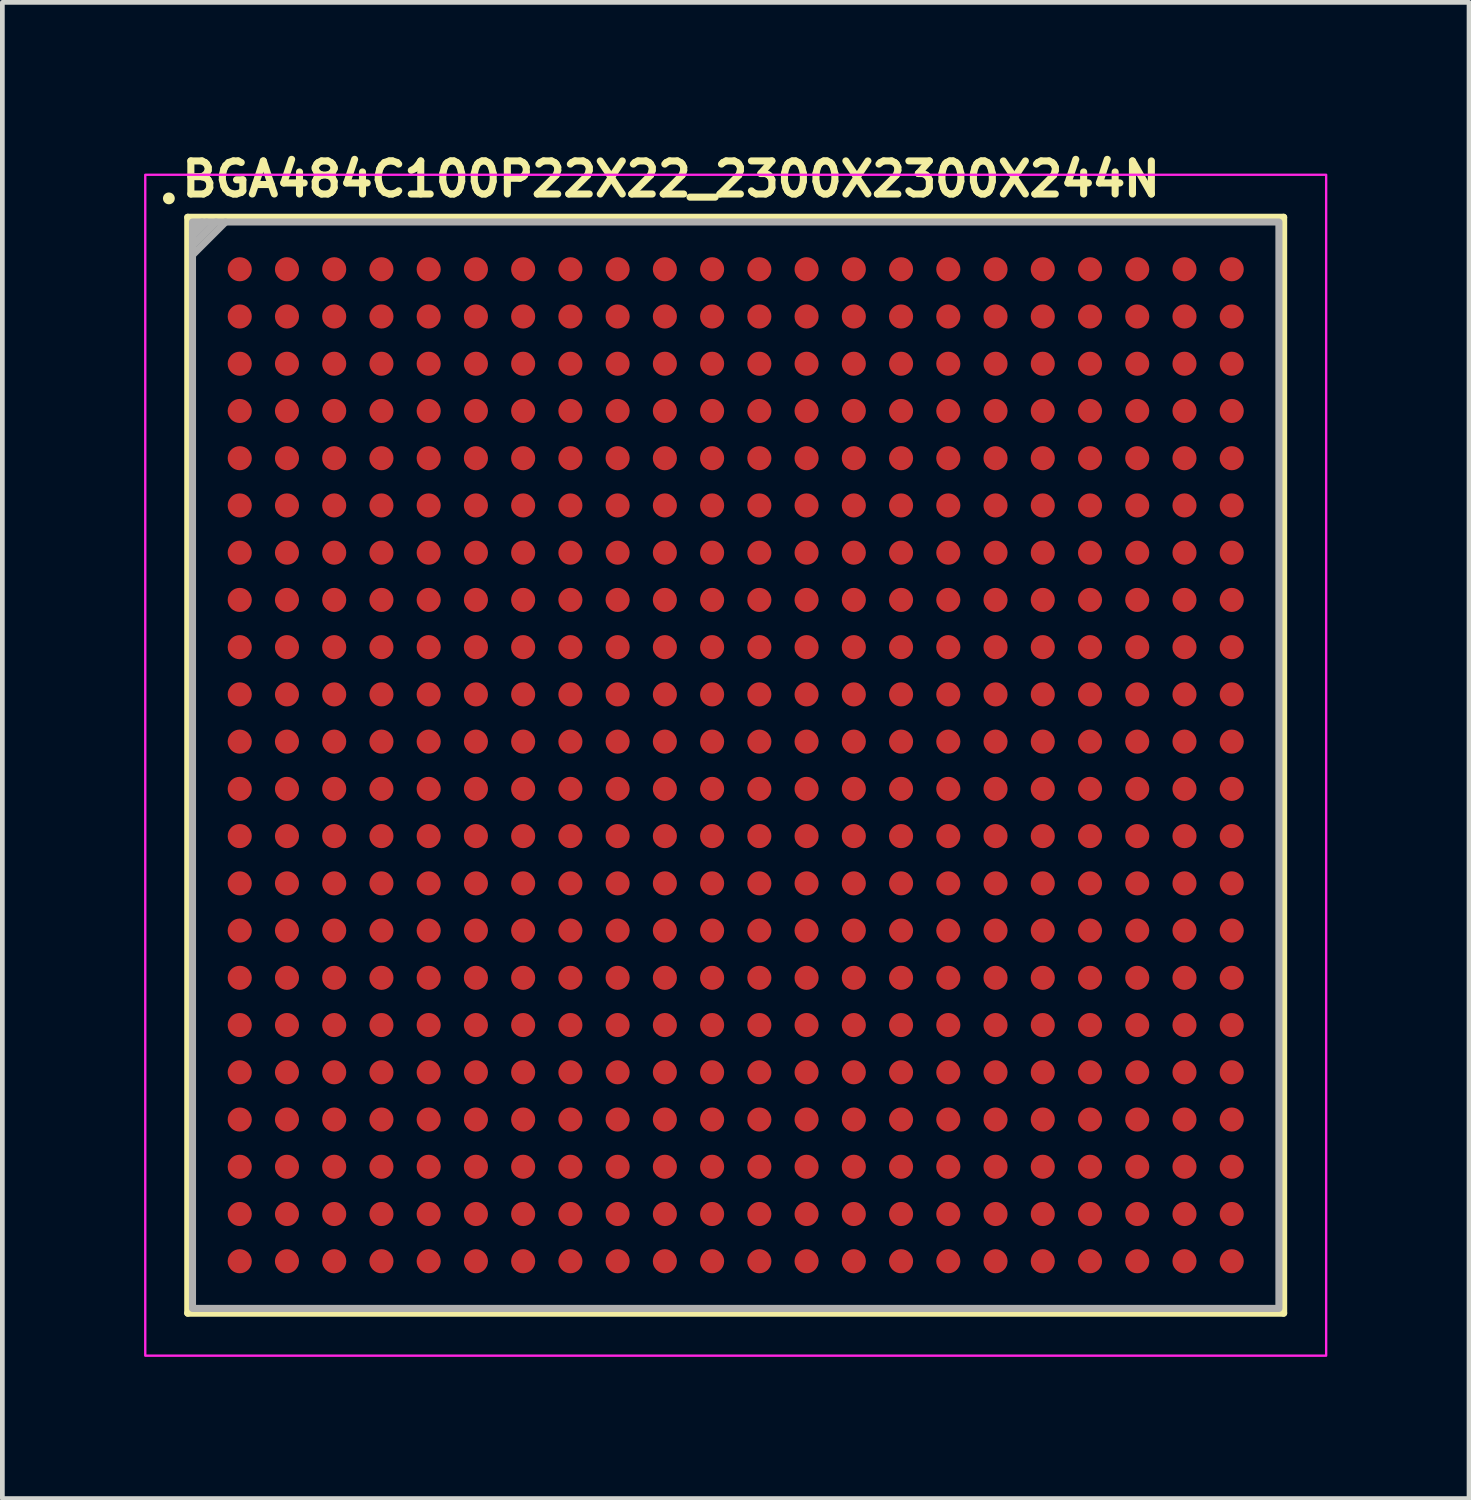
<source format=kicad_pcb>
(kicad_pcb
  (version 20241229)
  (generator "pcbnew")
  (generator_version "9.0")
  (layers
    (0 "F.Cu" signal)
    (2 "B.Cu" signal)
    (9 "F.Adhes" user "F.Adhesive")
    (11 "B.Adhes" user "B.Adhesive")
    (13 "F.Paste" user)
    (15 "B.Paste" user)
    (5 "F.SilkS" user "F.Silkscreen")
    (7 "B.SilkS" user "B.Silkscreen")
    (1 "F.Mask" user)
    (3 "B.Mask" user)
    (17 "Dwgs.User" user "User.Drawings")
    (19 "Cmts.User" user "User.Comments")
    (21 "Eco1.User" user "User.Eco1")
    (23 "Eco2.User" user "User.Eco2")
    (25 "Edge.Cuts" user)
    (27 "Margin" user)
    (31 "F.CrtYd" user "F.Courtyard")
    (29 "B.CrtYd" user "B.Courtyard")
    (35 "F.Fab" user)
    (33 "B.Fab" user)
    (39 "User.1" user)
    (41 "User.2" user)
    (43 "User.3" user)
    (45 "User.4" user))
  (footprint "BGA484C100P22X22_2300X2300X244N"
    (layer "F.Cu")
    (at 12.525 13.15)
    (property "Reference" "BGA484C100P22X22_2300X2300X244N" (at -11.8 -12 0) (layer "F.SilkS") (effects (font (size 0.7 0.7) (thickness 0.15)) (justify left bottom)))
    (attr smd)
    (fp_line (start -11.6 -11.6) (end 11.599 -11.6) (stroke (width 0.15) (type solid)) (layer "F.SilkS"))
    (fp_line (start -11.6 11.599) (end -11.6 -11.6) (stroke (width 0.15) (type solid)) (layer "F.SilkS"))
    (fp_line (start 11.599 -11.6) (end 11.599 11.599) (stroke (width 0.15) (type solid)) (layer "F.SilkS"))
    (fp_line (start 11.599 11.599) (end -11.6 11.599) (stroke (width 0.15) (type solid)) (layer "F.SilkS"))
    (fp_circle (center -12 -12) (end -11.95 -12) (stroke (width 0.15) (type solid)) (fill yes) (layer "F.SilkS"))
    (fp_rect (start -12.5 -12.5) (end 12.499 12.499) (stroke (width 0.05) (type solid)) (fill no) (layer "F.CrtYd"))
    (fp_line (start -11.5 -11.3) (end -11.3 -11.5) (stroke (width 0.15) (type solid)) (layer "F.Fab"))
    (fp_line (start -11.5 -11.2) (end -11.2 -11.5) (stroke (width 0.15) (type solid)) (layer "F.Fab"))
    (fp_line (start -11.5 -11) (end -11 -11.5) (stroke (width 0.15) (type solid)) (layer "F.Fab"))
    (fp_line (start -11.5 -10.8) (end -10.8 -11.5) (stroke (width 0.15) (type solid)) (layer "F.Fab"))
    (fp_rect (start -11.5 -11.5) (end 11.499 11.499) (stroke (width 0.15) (type solid)) (fill no) (layer "F.Fab"))
    (fp_rect (start -11.5 -11.5) (end 11.499 11.499) (stroke (width 0.1) (type solid)) (fill no) (layer "User.5"))
    (fp_line (start -11.5 -11.5) (end -11.5 -10.36) (stroke (width 0.02) (type solid)) (layer "User.9"))
    (fp_line (start -11.5 -10.36) (end -10.25 -9.311) (stroke (width 0.02) (type solid)) (layer "User.9"))
    (fp_line (start -11.5 -10.36) (end -10.25 -9.311) (stroke (width 0.02) (type solid)) (layer "User.9"))
    (fp_line (start -11.5 10.999) (end -11.5 -10.36) (stroke (width 0.02) (type solid)) (layer "User.9"))
    (fp_line (start -11.476 11) (end -11.5 10.999) (stroke (width 0.02) (type solid)) (layer "User.9"))
    (fp_line (start -11.451 11.002) (end -11.476 11) (stroke (width 0.02) (type solid)) (layer "User.9"))
    (fp_line (start -11.427 11.005) (end -11.451 11.002) (stroke (width 0.02) (type solid)) (layer "User.9"))
    (fp_line (start -11.402 11.009) (end -11.427 11.005) (stroke (width 0.02) (type solid)) (layer "User.9"))
    (fp_line (start -11.379 11.015) (end -11.402 11.009) (stroke (width 0.02) (type solid)) (layer "User.9"))
    (fp_line (start -11.355 11.021) (end -11.379 11.015) (stroke (width 0.02) (type solid)) (layer "User.9"))
    (fp_line (start -11.332 11.029) (end -11.355 11.021) (stroke (width 0.02) (type solid)) (layer "User.9"))
    (fp_line (start -11.309 11.038) (end -11.332 11.029) (stroke (width 0.02) (type solid)) (layer "User.9"))
    (fp_line (start -11.287 11.047) (end -11.309 11.038) (stroke (width 0.02) (type solid)) (layer "User.9"))
    (fp_line (start -11.265 11.058) (end -11.287 11.047) (stroke (width 0.02) (type solid)) (layer "User.9"))
    (fp_line (start -11.244 11.07) (end -11.265 11.058) (stroke (width 0.02) (type solid)) (layer "User.9"))
    (fp_line (start -11.223 11.084) (end -11.244 11.07) (stroke (width 0.02) (type solid)) (layer "User.9"))
    (fp_line (start -11.203 11.098) (end -11.223 11.084) (stroke (width 0.02) (type solid)) (layer "User.9"))
    (fp_line (start -11.184 11.113) (end -11.203 11.098) (stroke (width 0.02) (type solid)) (layer "User.9"))
    (fp_line (start -11.165 11.129) (end -11.184 11.113) (stroke (width 0.02) (type solid)) (layer "User.9"))
    (fp_line (start -11.147 11.146) (end -11.165 11.129) (stroke (width 0.02) (type solid)) (layer "User.9"))
    (fp_line (start -11.147 11.146) (end -11.147 11.146) (stroke (width 0.02) (type solid)) (layer "User.9"))
    (fp_line (start -11.13 11.164) (end -11.147 11.146) (stroke (width 0.02) (type solid)) (layer "User.9"))
    (fp_line (start -11.114 11.183) (end -11.13 11.164) (stroke (width 0.02) (type solid)) (layer "User.9"))
    (fp_line (start -11.099 11.202) (end -11.114 11.183) (stroke (width 0.02) (type solid)) (layer "User.9"))
    (fp_line (start -11.085 11.222) (end -11.099 11.202) (stroke (width 0.02) (type solid)) (layer "User.9"))
    (fp_line (start -11.071 11.243) (end -11.085 11.222) (stroke (width 0.02) (type solid)) (layer "User.9"))
    (fp_line (start -11.059 11.264) (end -11.071 11.243) (stroke (width 0.02) (type solid)) (layer "User.9"))
    (fp_line (start -11.048 11.286) (end -11.059 11.264) (stroke (width 0.02) (type solid)) (layer "User.9"))
    (fp_line (start -11.039 11.308) (end -11.048 11.286) (stroke (width 0.02) (type solid)) (layer "User.9"))
    (fp_line (start -11.03 11.331) (end -11.039 11.308) (stroke (width 0.02) (type solid)) (layer "User.9"))
    (fp_line (start -11.022 11.354) (end -11.03 11.331) (stroke (width 0.02) (type solid)) (layer "User.9"))
    (fp_line (start -11.016 11.378) (end -11.022 11.354) (stroke (width 0.02) (type solid)) (layer "User.9"))
    (fp_line (start -11.01 11.401) (end -11.016 11.378) (stroke (width 0.02) (type solid)) (layer "User.9"))
    (fp_line (start -11.006 11.426) (end -11.01 11.401) (stroke (width 0.02) (type solid)) (layer "User.9"))
    (fp_line (start -11.003 11.45) (end -11.006 11.426) (stroke (width 0.02) (type solid)) (layer "User.9"))
    (fp_line (start -11.001 11.475) (end -11.003 11.45) (stroke (width 0.02) (type solid)) (layer "User.9"))
    (fp_line (start -11 11.499) (end -11.001 11.475) (stroke (width 0.02) (type solid)) (layer "User.9"))
    (fp_line (start -10.36 -11.5) (end -11.5 -11.5) (stroke (width 0.02) (type solid)) (layer "User.9"))
    (fp_line (start -10.36 -11.5) (end 10.999 -11.5) (stroke (width 0.02) (type solid)) (layer "User.9"))
    (fp_line (start -10.25 -9.311) (end -10.25 9.31) (stroke (width 0.02) (type solid)) (layer "User.9"))
    (fp_line (start -10.25 -9.311) (end -9.5 -9) (stroke (width 0.02) (type solid)) (layer "User.9"))
    (fp_line (start -10.25 -9.311) (end -9.311 -10.25) (stroke (width 0.02) (type solid)) (layer "User.9"))
    (fp_line (start -10.25 9.31) (end -9.5 8.999) (stroke (width 0.02) (type solid)) (layer "User.9"))
    (fp_line (start -10.25 9.31) (end -9.311 10.249) (stroke (width 0.02) (type solid)) (layer "User.9"))
    (fp_line (start -9.5 -9) (end -9.5 8.999) (stroke (width 0.02) (type solid)) (layer "User.9"))
    (fp_line (start -9.5 8.999) (end -9 9.499) (stroke (width 0.02) (type solid)) (layer "User.9"))
    (fp_line (start -9.311 -10.25) (end -10.36 -11.5) (stroke (width 0.02) (type solid)) (layer "User.9"))
    (fp_line (start -9.311 -10.25) (end -10.36 -11.5) (stroke (width 0.02) (type solid)) (layer "User.9"))
    (fp_line (start -9.311 -10.25) (end -10.25 -9.311) (stroke (width 0.02) (type solid)) (layer "User.9"))
    (fp_line (start -9.311 -10.25) (end -9 -9.5) (stroke (width 0.02) (type solid)) (layer "User.9"))
    (fp_line (start -9.311 10.249) (end -9 9.499) (stroke (width 0.02) (type solid)) (layer "User.9"))
    (fp_line (start -9.311 10.249) (end 9.31 10.249) (stroke (width 0.02) (type solid)) (layer "User.9"))
    (fp_line (start -9 -9.5) (end -9.5 -9) (stroke (width 0.02) (type solid)) (layer "User.9"))
    (fp_line (start -9 9.499) (end 8.999 9.499) (stroke (width 0.02) (type solid)) (layer "User.9"))
    (fp_line (start -8 -7.5) (end -7.999 -7.468) (stroke (width 0.02) (type solid)) (layer "User.9"))
    (fp_line (start -8 -7.5) (end -7.999 -7.468) (stroke (width 0.02) (type solid)) (layer "User.9"))
    (fp_line (start -7.999 -7.532) (end -8 -7.5) (stroke (width 0.02) (type solid)) (layer "User.9"))
    (fp_line (start -7.999 -7.532) (end -8 -7.5) (stroke (width 0.02) (type solid)) (layer "User.9"))
    (fp_line (start -7.999 -7.468) (end -7.996 -7.435) (stroke (width 0.02) (type solid)) (layer "User.9"))
    (fp_line (start -7.999 -7.468) (end -7.996 -7.435) (stroke (width 0.02) (type solid)) (layer "User.9"))
    (fp_line (start -7.996 -7.565) (end -7.999 -7.532) (stroke (width 0.02) (type solid)) (layer "User.9"))
    (fp_line (start -7.996 -7.565) (end -7.999 -7.532) (stroke (width 0.02) (type solid)) (layer "User.9"))
    (fp_line (start -7.996 -7.435) (end -7.991 -7.403) (stroke (width 0.02) (type solid)) (layer "User.9"))
    (fp_line (start -7.996 -7.435) (end -7.991 -7.403) (stroke (width 0.02) (type solid)) (layer "User.9"))
    (fp_line (start -7.991 -7.597) (end -7.996 -7.565) (stroke (width 0.02) (type solid)) (layer "User.9"))
    (fp_line (start -7.991 -7.597) (end -7.996 -7.565) (stroke (width 0.02) (type solid)) (layer "User.9"))
    (fp_line (start -7.991 -7.403) (end -7.983 -7.372) (stroke (width 0.02) (type solid)) (layer "User.9"))
    (fp_line (start -7.991 -7.403) (end -7.983 -7.372) (stroke (width 0.02) (type solid)) (layer "User.9"))
    (fp_line (start -7.983 -7.628) (end -7.991 -7.597) (stroke (width 0.02) (type solid)) (layer "User.9"))
    (fp_line (start -7.983 -7.628) (end -7.991 -7.597) (stroke (width 0.02) (type solid)) (layer "User.9"))
    (fp_line (start -7.983 -7.372) (end -7.974 -7.34) (stroke (width 0.02) (type solid)) (layer "User.9"))
    (fp_line (start -7.983 -7.372) (end -7.974 -7.34) (stroke (width 0.02) (type solid)) (layer "User.9"))
    (fp_line (start -7.974 -7.66) (end -7.983 -7.628) (stroke (width 0.02) (type solid)) (layer "User.9"))
    (fp_line (start -7.974 -7.66) (end -7.983 -7.628) (stroke (width 0.02) (type solid)) (layer "User.9"))
    (fp_line (start -7.974 -7.34) (end -7.962 -7.309) (stroke (width 0.02) (type solid)) (layer "User.9"))
    (fp_line (start -7.974 -7.34) (end -7.962 -7.309) (stroke (width 0.02) (type solid)) (layer "User.9"))
    (fp_line (start -7.962 -7.69) (end -7.974 -7.66) (stroke (width 0.02) (type solid)) (layer "User.9"))
    (fp_line (start -7.962 -7.69) (end -7.974 -7.66) (stroke (width 0.02) (type solid)) (layer "User.9"))
    (fp_line (start -7.962 -7.309) (end -7.949 -7.279) (stroke (width 0.02) (type solid)) (layer "User.9"))
    (fp_line (start -7.962 -7.309) (end -7.949 -7.279) (stroke (width 0.02) (type solid)) (layer "User.9"))
    (fp_line (start -7.949 -7.721) (end -7.962 -7.69) (stroke (width 0.02) (type solid)) (layer "User.9"))
    (fp_line (start -7.949 -7.721) (end -7.962 -7.69) (stroke (width 0.02) (type solid)) (layer "User.9"))
    (fp_line (start -7.949 -7.279) (end -7.933 -7.25) (stroke (width 0.02) (type solid)) (layer "User.9"))
    (fp_line (start -7.949 -7.279) (end -7.933 -7.25) (stroke (width 0.02) (type solid)) (layer "User.9"))
    (fp_line (start -7.933 -7.75) (end -7.949 -7.721) (stroke (width 0.02) (type solid)) (layer "User.9"))
    (fp_line (start -7.933 -7.75) (end -7.949 -7.721) (stroke (width 0.02) (type solid)) (layer "User.9"))
    (fp_line (start -7.933 -7.75) (end -7.933 -7.75) (stroke (width 0.02) (type solid)) (layer "User.9"))
    (fp_line (start -7.933 -7.75) (end -7.933 -7.75) (stroke (width 0.02) (type solid)) (layer "User.9"))
    (fp_line (start -7.933 -7.25) (end -7.933 -7.25) (stroke (width 0.02) (type solid)) (layer "User.9"))
    (fp_line (start -7.933 -7.25) (end -7.933 -7.25) (stroke (width 0.02) (type solid)) (layer "User.9"))
    (fp_line (start -7.933 -7.25) (end -7.924 -7.236) (stroke (width 0.02) (type solid)) (layer "User.9"))
    (fp_line (start -7.933 -7.25) (end -7.924 -7.236) (stroke (width 0.02) (type solid)) (layer "User.9"))
    (fp_line (start -7.924 -7.236) (end -7.915 -7.222) (stroke (width 0.02) (type solid)) (layer "User.9"))
    (fp_line (start -7.924 -7.236) (end -7.915 -7.222) (stroke (width 0.02) (type solid)) (layer "User.9"))
    (fp_line (start -7.915 -7.778) (end -7.933 -7.75) (stroke (width 0.02) (type solid)) (layer "User.9"))
    (fp_line (start -7.915 -7.778) (end -7.933 -7.75) (stroke (width 0.02) (type solid)) (layer "User.9"))
    (fp_line (start -7.915 -7.222) (end -7.906 -7.208) (stroke (width 0.02) (type solid)) (layer "User.9"))
    (fp_line (start -7.915 -7.222) (end -7.906 -7.208) (stroke (width 0.02) (type solid)) (layer "User.9"))
    (fp_line (start -7.906 -7.208) (end -7.896 -7.195) (stroke (width 0.02) (type solid)) (layer "User.9"))
    (fp_line (start -7.906 -7.208) (end -7.896 -7.195) (stroke (width 0.02) (type solid)) (layer "User.9"))
    (fp_line (start -7.896 -7.805) (end -7.915 -7.778) (stroke (width 0.02) (type solid)) (layer "User.9"))
    (fp_line (start -7.896 -7.805) (end -7.915 -7.778) (stroke (width 0.02) (type solid)) (layer "User.9"))
    (fp_line (start -7.896 -7.195) (end -7.886 -7.182) (stroke (width 0.02) (type solid)) (layer "User.9"))
    (fp_line (start -7.896 -7.195) (end -7.886 -7.182) (stroke (width 0.02) (type solid)) (layer "User.9"))
    (fp_line (start -7.886 -7.182) (end -7.875 -7.169) (stroke (width 0.02) (type solid)) (layer "User.9"))
    (fp_line (start -7.886 -7.182) (end -7.875 -7.169) (stroke (width 0.02) (type solid)) (layer "User.9"))
    (fp_line (start -7.875 -7.83) (end -7.896 -7.805) (stroke (width 0.02) (type solid)) (layer "User.9"))
    (fp_line (start -7.875 -7.83) (end -7.896 -7.805) (stroke (width 0.02) (type solid)) (layer "User.9"))
    (fp_line (start -7.875 -7.169) (end -7.864 -7.157) (stroke (width 0.02) (type solid)) (layer "User.9"))
    (fp_line (start -7.875 -7.169) (end -7.864 -7.157) (stroke (width 0.02) (type solid)) (layer "User.9"))
    (fp_line (start -7.864 -7.157) (end -7.853 -7.146) (stroke (width 0.02) (type solid)) (layer "User.9"))
    (fp_line (start -7.864 -7.157) (end -7.853 -7.146) (stroke (width 0.02) (type solid)) (layer "User.9"))
    (fp_line (start -7.853 -7.854) (end -7.875 -7.83) (stroke (width 0.02) (type solid)) (layer "User.9"))
    (fp_line (start -7.853 -7.854) (end -7.875 -7.83) (stroke (width 0.02) (type solid)) (layer "User.9"))
    (fp_line (start -7.853 -7.146) (end -7.841 -7.134) (stroke (width 0.02) (type solid)) (layer "User.9"))
    (fp_line (start -7.853 -7.146) (end -7.841 -7.134) (stroke (width 0.02) (type solid)) (layer "User.9"))
    (fp_line (start -7.841 -7.134) (end -7.829 -7.123) (stroke (width 0.02) (type solid)) (layer "User.9"))
    (fp_line (start -7.841 -7.134) (end -7.829 -7.123) (stroke (width 0.02) (type solid)) (layer "User.9"))
    (fp_line (start -7.829 -7.876) (end -7.853 -7.854) (stroke (width 0.02) (type solid)) (layer "User.9"))
    (fp_line (start -7.829 -7.876) (end -7.853 -7.854) (stroke (width 0.02) (type solid)) (layer "User.9"))
    (fp_line (start -7.829 -7.123) (end -7.817 -7.113) (stroke (width 0.02) (type solid)) (layer "User.9"))
    (fp_line (start -7.829 -7.123) (end -7.817 -7.113) (stroke (width 0.02) (type solid)) (layer "User.9"))
    (fp_line (start -7.817 -7.113) (end -7.804 -7.103) (stroke (width 0.02) (type solid)) (layer "User.9"))
    (fp_line (start -7.817 -7.113) (end -7.804 -7.103) (stroke (width 0.02) (type solid)) (layer "User.9"))
    (fp_line (start -7.804 -7.897) (end -7.829 -7.876) (stroke (width 0.02) (type solid)) (layer "User.9"))
    (fp_line (start -7.804 -7.897) (end -7.829 -7.876) (stroke (width 0.02) (type solid)) (layer "User.9"))
    (fp_line (start -7.804 -7.103) (end -7.791 -7.093) (stroke (width 0.02) (type solid)) (layer "User.9"))
    (fp_line (start -7.804 -7.103) (end -7.791 -7.093) (stroke (width 0.02) (type solid)) (layer "User.9"))
    (fp_line (start -7.791 -7.093) (end -7.777 -7.084) (stroke (width 0.02) (type solid)) (layer "User.9"))
    (fp_line (start -7.791 -7.093) (end -7.777 -7.084) (stroke (width 0.02) (type solid)) (layer "User.9"))
    (fp_line (start -7.777 -7.916) (end -7.804 -7.897) (stroke (width 0.02) (type solid)) (layer "User.9"))
    (fp_line (start -7.777 -7.916) (end -7.804 -7.897) (stroke (width 0.02) (type solid)) (layer "User.9"))
    (fp_line (start -7.777 -7.084) (end -7.764 -7.075) (stroke (width 0.02) (type solid)) (layer "User.9"))
    (fp_line (start -7.777 -7.084) (end -7.764 -7.075) (stroke (width 0.02) (type solid)) (layer "User.9"))
    (fp_line (start -7.764 -7.075) (end -7.75 -7.067) (stroke (width 0.02) (type solid)) (layer "User.9"))
    (fp_line (start -7.764 -7.075) (end -7.75 -7.067) (stroke (width 0.02) (type solid)) (layer "User.9"))
    (fp_line (start -7.75 -7.933) (end -7.777 -7.916) (stroke (width 0.02) (type solid)) (layer "User.9"))
    (fp_line (start -7.75 -7.933) (end -7.777 -7.916) (stroke (width 0.02) (type solid)) (layer "User.9"))
    (fp_line (start -7.75 -7.067) (end -7.736 -7.059) (stroke (width 0.02) (type solid)) (layer "User.9"))
    (fp_line (start -7.75 -7.067) (end -7.736 -7.059) (stroke (width 0.02) (type solid)) (layer "User.9"))
    (fp_line (start -7.736 -7.059) (end -7.721 -7.052) (stroke (width 0.02) (type solid)) (layer "User.9"))
    (fp_line (start -7.736 -7.059) (end -7.721 -7.052) (stroke (width 0.02) (type solid)) (layer "User.9"))
    (fp_line (start -7.721 -7.948) (end -7.75 -7.933) (stroke (width 0.02) (type solid)) (layer "User.9"))
    (fp_line (start -7.721 -7.948) (end -7.75 -7.933) (stroke (width 0.02) (type solid)) (layer "User.9"))
    (fp_line (start -7.721 -7.052) (end -7.707 -7.045) (stroke (width 0.02) (type solid)) (layer "User.9"))
    (fp_line (start -7.721 -7.052) (end -7.707 -7.045) (stroke (width 0.02) (type solid)) (layer "User.9"))
    (fp_line (start -7.707 -7.045) (end -7.692 -7.038) (stroke (width 0.02) (type solid)) (layer "User.9"))
    (fp_line (start -7.707 -7.045) (end -7.692 -7.038) (stroke (width 0.02) (type solid)) (layer "User.9"))
    (fp_line (start -7.692 -7.962) (end -7.721 -7.948) (stroke (width 0.02) (type solid)) (layer "User.9"))
    (fp_line (start -7.692 -7.962) (end -7.721 -7.948) (stroke (width 0.02) (type solid)) (layer "User.9"))
    (fp_line (start -7.692 -7.038) (end -7.677 -7.032) (stroke (width 0.02) (type solid)) (layer "User.9"))
    (fp_line (start -7.692 -7.038) (end -7.677 -7.032) (stroke (width 0.02) (type solid)) (layer "User.9"))
    (fp_line (start -7.677 -7.032) (end -7.662 -7.027) (stroke (width 0.02) (type solid)) (layer "User.9"))
    (fp_line (start -7.677 -7.032) (end -7.662 -7.027) (stroke (width 0.02) (type solid)) (layer "User.9"))
    (fp_line (start -7.662 -7.973) (end -7.692 -7.962) (stroke (width 0.02) (type solid)) (layer "User.9"))
    (fp_line (start -7.662 -7.973) (end -7.692 -7.962) (stroke (width 0.02) (type solid)) (layer "User.9"))
    (fp_line (start -7.662 -7.027) (end -7.646 -7.022) (stroke (width 0.02) (type solid)) (layer "User.9"))
    (fp_line (start -7.662 -7.027) (end -7.646 -7.022) (stroke (width 0.02) (type solid)) (layer "User.9"))
    (fp_line (start -7.646 -7.022) (end -7.63 -7.017) (stroke (width 0.02) (type solid)) (layer "User.9"))
    (fp_line (start -7.646 -7.022) (end -7.63 -7.017) (stroke (width 0.02) (type solid)) (layer "User.9"))
    (fp_line (start -7.63 -7.983) (end -7.662 -7.973) (stroke (width 0.02) (type solid)) (layer "User.9"))
    (fp_line (start -7.63 -7.983) (end -7.662 -7.973) (stroke (width 0.02) (type solid)) (layer "User.9"))
    (fp_line (start -7.63 -7.017) (end -7.615 -7.013) (stroke (width 0.02) (type solid)) (layer "User.9"))
    (fp_line (start -7.63 -7.017) (end -7.615 -7.013) (stroke (width 0.02) (type solid)) (layer "User.9"))
    (fp_line (start -7.615 -7.013) (end -7.599 -7.01) (stroke (width 0.02) (type solid)) (layer "User.9"))
    (fp_line (start -7.615 -7.013) (end -7.599 -7.01) (stroke (width 0.02) (type solid)) (layer "User.9"))
    (fp_line (start -7.599 -7.99) (end -7.63 -7.983) (stroke (width 0.02) (type solid)) (layer "User.9"))
    (fp_line (start -7.599 -7.99) (end -7.63 -7.983) (stroke (width 0.02) (type solid)) (layer "User.9"))
    (fp_line (start -7.599 -7.01) (end -7.582 -7.007) (stroke (width 0.02) (type solid)) (layer "User.9"))
    (fp_line (start -7.599 -7.01) (end -7.582 -7.007) (stroke (width 0.02) (type solid)) (layer "User.9"))
    (fp_line (start -7.582 -7.007) (end -7.566 -7.004) (stroke (width 0.02) (type solid)) (layer "User.9"))
    (fp_line (start -7.582 -7.007) (end -7.566 -7.004) (stroke (width 0.02) (type solid)) (layer "User.9"))
    (fp_line (start -7.566 -7.996) (end -7.599 -7.99) (stroke (width 0.02) (type solid)) (layer "User.9"))
    (fp_line (start -7.566 -7.996) (end -7.599 -7.99) (stroke (width 0.02) (type solid)) (layer "User.9"))
    (fp_line (start -7.566 -7.004) (end -7.55 -7.002) (stroke (width 0.02) (type solid)) (layer "User.9"))
    (fp_line (start -7.566 -7.004) (end -7.55 -7.002) (stroke (width 0.02) (type solid)) (layer "User.9"))
    (fp_line (start -7.55 -7.002) (end -7.533 -7.001) (stroke (width 0.02) (type solid)) (layer "User.9"))
    (fp_line (start -7.55 -7.002) (end -7.533 -7.001) (stroke (width 0.02) (type solid)) (layer "User.9"))
    (fp_line (start -7.533 -7.999) (end -7.566 -7.996) (stroke (width 0.02) (type solid)) (layer "User.9"))
    (fp_line (start -7.533 -7.999) (end -7.566 -7.996) (stroke (width 0.02) (type solid)) (layer "User.9"))
    (fp_line (start -7.533 -7.001) (end -7.517 -7) (stroke (width 0.02) (type solid)) (layer "User.9"))
    (fp_line (start -7.533 -7.001) (end -7.517 -7) (stroke (width 0.02) (type solid)) (layer "User.9"))
    (fp_line (start -7.517 -7) (end -7.5 -7) (stroke (width 0.02) (type solid)) (layer "User.9"))
    (fp_line (start -7.517 -7) (end -7.5 -7) (stroke (width 0.02) (type solid)) (layer "User.9"))
    (fp_line (start -7.5 -8) (end -7.533 -7.999) (stroke (width 0.02) (type solid)) (layer "User.9"))
    (fp_line (start -7.5 -8) (end -7.533 -7.999) (stroke (width 0.02) (type solid)) (layer "User.9"))
    (fp_line (start -7.5 -7) (end -7.467 -7.001) (stroke (width 0.02) (type solid)) (layer "User.9"))
    (fp_line (start -7.5 -7) (end -7.467 -7.001) (stroke (width 0.02) (type solid)) (layer "User.9"))
    (fp_line (start -7.483 -8) (end -7.5 -8) (stroke (width 0.02) (type solid)) (layer "User.9"))
    (fp_line (start -7.483 -8) (end -7.5 -8) (stroke (width 0.02) (type solid)) (layer "User.9"))
    (fp_line (start -7.467 -7.999) (end -7.483 -8) (stroke (width 0.02) (type solid)) (layer "User.9"))
    (fp_line (start -7.467 -7.999) (end -7.483 -8) (stroke (width 0.02) (type solid)) (layer "User.9"))
    (fp_line (start -7.467 -7.001) (end -7.434 -7.004) (stroke (width 0.02) (type solid)) (layer "User.9"))
    (fp_line (start -7.467 -7.001) (end -7.434 -7.004) (stroke (width 0.02) (type solid)) (layer "User.9"))
    (fp_line (start -7.45 -7.997) (end -7.467 -7.999) (stroke (width 0.02) (type solid)) (layer "User.9"))
    (fp_line (start -7.45 -7.997) (end -7.467 -7.999) (stroke (width 0.02) (type solid)) (layer "User.9"))
    (fp_line (start -7.434 -7.996) (end -7.45 -7.997) (stroke (width 0.02) (type solid)) (layer "User.9"))
    (fp_line (start -7.434 -7.996) (end -7.45 -7.997) (stroke (width 0.02) (type solid)) (layer "User.9"))
    (fp_line (start -7.434 -7.004) (end -7.401 -7.01) (stroke (width 0.02) (type solid)) (layer "User.9"))
    (fp_line (start -7.434 -7.004) (end -7.401 -7.01) (stroke (width 0.02) (type solid)) (layer "User.9"))
    (fp_line (start -7.417 -7.993) (end -7.434 -7.996) (stroke (width 0.02) (type solid)) (layer "User.9"))
    (fp_line (start -7.417 -7.993) (end -7.434 -7.996) (stroke (width 0.02) (type solid)) (layer "User.9"))
    (fp_line (start -7.401 -7.99) (end -7.417 -7.993) (stroke (width 0.02) (type solid)) (layer "User.9"))
    (fp_line (start -7.401 -7.99) (end -7.417 -7.993) (stroke (width 0.02) (type solid)) (layer "User.9"))
    (fp_line (start -7.401 -7.01) (end -7.369 -7.017) (stroke (width 0.02) (type solid)) (layer "User.9"))
    (fp_line (start -7.401 -7.01) (end -7.369 -7.017) (stroke (width 0.02) (type solid)) (layer "User.9"))
    (fp_line (start -7.385 -7.987) (end -7.401 -7.99) (stroke (width 0.02) (type solid)) (layer "User.9"))
    (fp_line (start -7.385 -7.987) (end -7.401 -7.99) (stroke (width 0.02) (type solid)) (layer "User.9"))
    (fp_line (start -7.369 -7.983) (end -7.385 -7.987) (stroke (width 0.02) (type solid)) (layer "User.9"))
    (fp_line (start -7.369 -7.983) (end -7.385 -7.987) (stroke (width 0.02) (type solid)) (layer "User.9"))
    (fp_line (start -7.369 -7.017) (end -7.338 -7.027) (stroke (width 0.02) (type solid)) (layer "User.9"))
    (fp_line (start -7.369 -7.017) (end -7.338 -7.027) (stroke (width 0.02) (type solid)) (layer "User.9"))
    (fp_line (start -7.354 -7.978) (end -7.369 -7.983) (stroke (width 0.02) (type solid)) (layer "User.9"))
    (fp_line (start -7.354 -7.978) (end -7.369 -7.983) (stroke (width 0.02) (type solid)) (layer "User.9"))
    (fp_line (start -7.338 -7.973) (end -7.354 -7.978) (stroke (width 0.02) (type solid)) (layer "User.9"))
    (fp_line (start -7.338 -7.973) (end -7.354 -7.978) (stroke (width 0.02) (type solid)) (layer "User.9"))
    (fp_line (start -7.338 -7.027) (end -7.308 -7.038) (stroke (width 0.02) (type solid)) (layer "User.9"))
    (fp_line (start -7.338 -7.027) (end -7.308 -7.038) (stroke (width 0.02) (type solid)) (layer "User.9"))
    (fp_line (start -7.323 -7.968) (end -7.338 -7.973) (stroke (width 0.02) (type solid)) (layer "User.9"))
    (fp_line (start -7.323 -7.968) (end -7.338 -7.973) (stroke (width 0.02) (type solid)) (layer "User.9"))
    (fp_line (start -7.308 -7.962) (end -7.323 -7.968) (stroke (width 0.02) (type solid)) (layer "User.9"))
    (fp_line (start -7.308 -7.962) (end -7.323 -7.968) (stroke (width 0.02) (type solid)) (layer "User.9"))
    (fp_line (start -7.308 -7.038) (end -7.278 -7.052) (stroke (width 0.02) (type solid)) (layer "User.9"))
    (fp_line (start -7.308 -7.038) (end -7.278 -7.052) (stroke (width 0.02) (type solid)) (layer "User.9"))
    (fp_line (start -7.293 -7.955) (end -7.308 -7.962) (stroke (width 0.02) (type solid)) (layer "User.9"))
    (fp_line (start -7.293 -7.955) (end -7.308 -7.962) (stroke (width 0.02) (type solid)) (layer "User.9"))
    (fp_line (start -7.278 -7.948) (end -7.293 -7.955) (stroke (width 0.02) (type solid)) (layer "User.9"))
    (fp_line (start -7.278 -7.948) (end -7.293 -7.955) (stroke (width 0.02) (type solid)) (layer "User.9"))
    (fp_line (start -7.278 -7.052) (end -7.25 -7.067) (stroke (width 0.02) (type solid)) (layer "User.9"))
    (fp_line (start -7.278 -7.052) (end -7.25 -7.067) (stroke (width 0.02) (type solid)) (layer "User.9"))
    (fp_line (start -7.264 -7.941) (end -7.278 -7.948) (stroke (width 0.02) (type solid)) (layer "User.9"))
    (fp_line (start -7.264 -7.941) (end -7.278 -7.948) (stroke (width 0.02) (type solid)) (layer "User.9"))
    (fp_line (start -7.25 -7.933) (end -7.264 -7.941) (stroke (width 0.02) (type solid)) (layer "User.9"))
    (fp_line (start -7.25 -7.933) (end -7.264 -7.941) (stroke (width 0.02) (type solid)) (layer "User.9"))
    (fp_line (start -7.25 -7.067) (end -7.222 -7.084) (stroke (width 0.02) (type solid)) (layer "User.9"))
    (fp_line (start -7.25 -7.067) (end -7.222 -7.084) (stroke (width 0.02) (type solid)) (layer "User.9"))
    (fp_line (start -7.236 -7.925) (end -7.25 -7.933) (stroke (width 0.02) (type solid)) (layer "User.9"))
    (fp_line (start -7.236 -7.925) (end -7.25 -7.933) (stroke (width 0.02) (type solid)) (layer "User.9"))
    (fp_line (start -7.222 -7.916) (end -7.236 -7.925) (stroke (width 0.02) (type solid)) (layer "User.9"))
    (fp_line (start -7.222 -7.916) (end -7.236 -7.925) (stroke (width 0.02) (type solid)) (layer "User.9"))
    (fp_line (start -7.222 -7.084) (end -7.196 -7.103) (stroke (width 0.02) (type solid)) (layer "User.9"))
    (fp_line (start -7.222 -7.084) (end -7.196 -7.103) (stroke (width 0.02) (type solid)) (layer "User.9"))
    (fp_line (start -7.209 -7.907) (end -7.222 -7.916) (stroke (width 0.02) (type solid)) (layer "User.9"))
    (fp_line (start -7.209 -7.907) (end -7.222 -7.916) (stroke (width 0.02) (type solid)) (layer "User.9"))
    (fp_line (start -7.196 -7.897) (end -7.209 -7.907) (stroke (width 0.02) (type solid)) (layer "User.9"))
    (fp_line (start -7.196 -7.897) (end -7.209 -7.907) (stroke (width 0.02) (type solid)) (layer "User.9"))
    (fp_line (start -7.196 -7.103) (end -7.171 -7.123) (stroke (width 0.02) (type solid)) (layer "User.9"))
    (fp_line (start -7.196 -7.103) (end -7.171 -7.123) (stroke (width 0.02) (type solid)) (layer "User.9"))
    (fp_line (start -7.183 -7.887) (end -7.196 -7.897) (stroke (width 0.02) (type solid)) (layer "User.9"))
    (fp_line (start -7.183 -7.887) (end -7.196 -7.897) (stroke (width 0.02) (type solid)) (layer "User.9"))
    (fp_line (start -7.171 -7.876) (end -7.183 -7.887) (stroke (width 0.02) (type solid)) (layer "User.9"))
    (fp_line (start -7.171 -7.876) (end -7.183 -7.887) (stroke (width 0.02) (type solid)) (layer "User.9"))
    (fp_line (start -7.171 -7.123) (end -7.147 -7.146) (stroke (width 0.02) (type solid)) (layer "User.9"))
    (fp_line (start -7.171 -7.123) (end -7.147 -7.146) (stroke (width 0.02) (type solid)) (layer "User.9"))
    (fp_line (start -7.159 -7.866) (end -7.171 -7.876) (stroke (width 0.02) (type solid)) (layer "User.9"))
    (fp_line (start -7.159 -7.866) (end -7.171 -7.876) (stroke (width 0.02) (type solid)) (layer "User.9"))
    (fp_line (start -7.147 -7.854) (end -7.159 -7.866) (stroke (width 0.02) (type solid)) (layer "User.9"))
    (fp_line (start -7.147 -7.854) (end -7.159 -7.866) (stroke (width 0.02) (type solid)) (layer "User.9"))
    (fp_line (start -7.147 -7.146) (end -7.125 -7.169) (stroke (width 0.02) (type solid)) (layer "User.9"))
    (fp_line (start -7.147 -7.146) (end -7.125 -7.169) (stroke (width 0.02) (type solid)) (layer "User.9"))
    (fp_line (start -7.136 -7.843) (end -7.147 -7.854) (stroke (width 0.02) (type solid)) (layer "User.9"))
    (fp_line (start -7.136 -7.843) (end -7.147 -7.854) (stroke (width 0.02) (type solid)) (layer "User.9"))
    (fp_line (start -7.125 -7.83) (end -7.136 -7.843) (stroke (width 0.02) (type solid)) (layer "User.9"))
    (fp_line (start -7.125 -7.83) (end -7.136 -7.843) (stroke (width 0.02) (type solid)) (layer "User.9"))
    (fp_line (start -7.125 -7.169) (end -7.104 -7.195) (stroke (width 0.02) (type solid)) (layer "User.9"))
    (fp_line (start -7.125 -7.169) (end -7.104 -7.195) (stroke (width 0.02) (type solid)) (layer "User.9"))
    (fp_line (start -7.114 -7.818) (end -7.125 -7.83) (stroke (width 0.02) (type solid)) (layer "User.9"))
    (fp_line (start -7.114 -7.818) (end -7.125 -7.83) (stroke (width 0.02) (type solid)) (layer "User.9"))
    (fp_line (start -7.104 -7.805) (end -7.114 -7.818) (stroke (width 0.02) (type solid)) (layer "User.9"))
    (fp_line (start -7.104 -7.805) (end -7.114 -7.818) (stroke (width 0.02) (type solid)) (layer "User.9"))
    (fp_line (start -7.104 -7.195) (end -7.085 -7.222) (stroke (width 0.02) (type solid)) (layer "User.9"))
    (fp_line (start -7.104 -7.195) (end -7.085 -7.222) (stroke (width 0.02) (type solid)) (layer "User.9"))
    (fp_line (start -7.094 -7.792) (end -7.104 -7.805) (stroke (width 0.02) (type solid)) (layer "User.9"))
    (fp_line (start -7.094 -7.792) (end -7.104 -7.805) (stroke (width 0.02) (type solid)) (layer "User.9"))
    (fp_line (start -7.085 -7.778) (end -7.094 -7.792) (stroke (width 0.02) (type solid)) (layer "User.9"))
    (fp_line (start -7.085 -7.778) (end -7.094 -7.792) (stroke (width 0.02) (type solid)) (layer "User.9"))
    (fp_line (start -7.085 -7.222) (end -7.067 -7.25) (stroke (width 0.02) (type solid)) (layer "User.9"))
    (fp_line (start -7.085 -7.222) (end -7.067 -7.25) (stroke (width 0.02) (type solid)) (layer "User.9"))
    (fp_line (start -7.076 -7.764) (end -7.085 -7.778) (stroke (width 0.02) (type solid)) (layer "User.9"))
    (fp_line (start -7.076 -7.764) (end -7.085 -7.778) (stroke (width 0.02) (type solid)) (layer "User.9"))
    (fp_line (start -7.067 -7.75) (end -7.076 -7.764) (stroke (width 0.02) (type solid)) (layer "User.9"))
    (fp_line (start -7.067 -7.75) (end -7.076 -7.764) (stroke (width 0.02) (type solid)) (layer "User.9"))
    (fp_line (start -7.067 -7.75) (end -7.067 -7.75) (stroke (width 0.02) (type solid)) (layer "User.9"))
    (fp_line (start -7.067 -7.75) (end -7.067 -7.75) (stroke (width 0.02) (type solid)) (layer "User.9"))
    (fp_line (start -7.067 -7.25) (end -7.067 -7.25) (stroke (width 0.02) (type solid)) (layer "User.9"))
    (fp_line (start -7.067 -7.25) (end -7.067 -7.25) (stroke (width 0.02) (type solid)) (layer "User.9"))
    (fp_line (start -7.067 -7.25) (end -7.051 -7.279) (stroke (width 0.02) (type solid)) (layer "User.9"))
    (fp_line (start -7.067 -7.25) (end -7.051 -7.279) (stroke (width 0.02) (type solid)) (layer "User.9"))
    (fp_line (start -7.051 -7.721) (end -7.067 -7.75) (stroke (width 0.02) (type solid)) (layer "User.9"))
    (fp_line (start -7.051 -7.721) (end -7.067 -7.75) (stroke (width 0.02) (type solid)) (layer "User.9"))
    (fp_line (start -7.051 -7.279) (end -7.038 -7.309) (stroke (width 0.02) (type solid)) (layer "User.9"))
    (fp_line (start -7.051 -7.279) (end -7.038 -7.309) (stroke (width 0.02) (type solid)) (layer "User.9"))
    (fp_line (start -7.038 -7.69) (end -7.051 -7.721) (stroke (width 0.02) (type solid)) (layer "User.9"))
    (fp_line (start -7.038 -7.69) (end -7.051 -7.721) (stroke (width 0.02) (type solid)) (layer "User.9"))
    (fp_line (start -7.038 -7.309) (end -7.026 -7.34) (stroke (width 0.02) (type solid)) (layer "User.9"))
    (fp_line (start -7.038 -7.309) (end -7.026 -7.34) (stroke (width 0.02) (type solid)) (layer "User.9"))
    (fp_line (start -7.026 -7.66) (end -7.038 -7.69) (stroke (width 0.02) (type solid)) (layer "User.9"))
    (fp_line (start -7.026 -7.66) (end -7.038 -7.69) (stroke (width 0.02) (type solid)) (layer "User.9"))
    (fp_line (start -7.026 -7.34) (end -7.017 -7.372) (stroke (width 0.02) (type solid)) (layer "User.9"))
    (fp_line (start -7.026 -7.34) (end -7.017 -7.372) (stroke (width 0.02) (type solid)) (layer "User.9"))
    (fp_line (start -7.017 -7.628) (end -7.026 -7.66) (stroke (width 0.02) (type solid)) (layer "User.9"))
    (fp_line (start -7.017 -7.628) (end -7.026 -7.66) (stroke (width 0.02) (type solid)) (layer "User.9"))
    (fp_line (start -7.017 -7.372) (end -7.009 -7.403) (stroke (width 0.02) (type solid)) (layer "User.9"))
    (fp_line (start -7.017 -7.372) (end -7.009 -7.403) (stroke (width 0.02) (type solid)) (layer "User.9"))
    (fp_line (start -7.009 -7.597) (end -7.017 -7.628) (stroke (width 0.02) (type solid)) (layer "User.9"))
    (fp_line (start -7.009 -7.597) (end -7.017 -7.628) (stroke (width 0.02) (type solid)) (layer "User.9"))
    (fp_line (start -7.009 -7.403) (end -7.004 -7.435) (stroke (width 0.02) (type solid)) (layer "User.9"))
    (fp_line (start -7.009 -7.403) (end -7.004 -7.435) (stroke (width 0.02) (type solid)) (layer "User.9"))
    (fp_line (start -7.004 -7.565) (end -7.009 -7.597) (stroke (width 0.02) (type solid)) (layer "User.9"))
    (fp_line (start -7.004 -7.565) (end -7.009 -7.597) (stroke (width 0.02) (type solid)) (layer "User.9"))
    (fp_line (start -7.004 -7.435) (end -7.001 -7.468) (stroke (width 0.02) (type solid)) (layer "User.9"))
    (fp_line (start -7.004 -7.435) (end -7.001 -7.468) (stroke (width 0.02) (type solid)) (layer "User.9"))
    (fp_line (start -7.001 -7.532) (end -7.004 -7.565) (stroke (width 0.02) (type solid)) (layer "User.9"))
    (fp_line (start -7.001 -7.532) (end -7.004 -7.565) (stroke (width 0.02) (type solid)) (layer "User.9"))
    (fp_line (start -7.001 -7.468) (end -7 -7.5) (stroke (width 0.02) (type solid)) (layer "User.9"))
    (fp_line (start -7.001 -7.468) (end -7 -7.5) (stroke (width 0.02) (type solid)) (layer "User.9"))
    (fp_line (start -7 -7.5) (end -7.001 -7.532) (stroke (width 0.02) (type solid)) (layer "User.9"))
    (fp_line (start -7 -7.5) (end -7.001 -7.532) (stroke (width 0.02) (type solid)) (layer "User.9"))
    (fp_line (start 8.999 -9.5) (end -9 -9.5) (stroke (width 0.02) (type solid)) (layer "User.9"))
    (fp_line (start 8.999 9.499) (end 9.499 8.999) (stroke (width 0.02) (type solid)) (layer "User.9"))
    (fp_line (start 9.31 -10.25) (end -9.311 -10.25) (stroke (width 0.02) (type solid)) (layer "User.9"))
    (fp_line (start 9.31 -10.25) (end 8.999 -9.5) (stroke (width 0.02) (type solid)) (layer "User.9"))
    (fp_line (start 9.31 10.249) (end 8.999 9.499) (stroke (width 0.02) (type solid)) (layer "User.9"))
    (fp_line (start 9.31 10.249) (end 10.249 9.31) (stroke (width 0.02) (type solid)) (layer "User.9"))
    (fp_line (start 9.499 -9) (end 8.999 -9.5) (stroke (width 0.02) (type solid)) (layer "User.9"))
    (fp_line (start 9.499 8.999) (end 9.499 -9) (stroke (width 0.02) (type solid)) (layer "User.9"))
    (fp_line (start 10.249 -9.311) (end 9.31 -10.25) (stroke (width 0.02) (type solid)) (layer "User.9"))
    (fp_line (start 10.249 -9.311) (end 9.499 -9) (stroke (width 0.02) (type solid)) (layer "User.9"))
    (fp_line (start 10.249 9.31) (end 9.499 8.999) (stroke (width 0.02) (type solid)) (layer "User.9"))
    (fp_line (start 10.249 9.31) (end 10.249 -9.311) (stroke (width 0.02) (type solid)) (layer "User.9"))
    (fp_line (start 10.999 -11.5) (end 11 -11.476) (stroke (width 0.02) (type solid)) (layer "User.9"))
    (fp_line (start 10.999 11.499) (end -11 11.499) (stroke (width 0.02) (type solid)) (layer "User.9"))
    (fp_line (start 11 -11.476) (end 11.002 -11.451) (stroke (width 0.02) (type solid)) (layer "User.9"))
    (fp_line (start 11 11.475) (end 10.999 11.499) (stroke (width 0.02) (type solid)) (layer "User.9"))
    (fp_line (start 11.002 -11.451) (end 11.005 -11.427) (stroke (width 0.02) (type solid)) (layer "User.9"))
    (fp_line (start 11.002 11.45) (end 11 11.475) (stroke (width 0.02) (type solid)) (layer "User.9"))
    (fp_line (start 11.005 -11.427) (end 11.009 -11.402) (stroke (width 0.02) (type solid)) (layer "User.9"))
    (fp_line (start 11.005 11.426) (end 11.002 11.45) (stroke (width 0.02) (type solid)) (layer "User.9"))
    (fp_line (start 11.009 -11.402) (end 11.015 -11.379) (stroke (width 0.02) (type solid)) (layer "User.9"))
    (fp_line (start 11.009 11.401) (end 11.005 11.426) (stroke (width 0.02) (type solid)) (layer "User.9"))
    (fp_line (start 11.015 -11.379) (end 11.021 -11.355) (stroke (width 0.02) (type solid)) (layer "User.9"))
    (fp_line (start 11.015 11.378) (end 11.009 11.401) (stroke (width 0.02) (type solid)) (layer "User.9"))
    (fp_line (start 11.021 -11.355) (end 11.029 -11.332) (stroke (width 0.02) (type solid)) (layer "User.9"))
    (fp_line (start 11.021 11.354) (end 11.015 11.378) (stroke (width 0.02) (type solid)) (layer "User.9"))
    (fp_line (start 11.029 -11.332) (end 11.038 -11.309) (stroke (width 0.02) (type solid)) (layer "User.9"))
    (fp_line (start 11.029 11.331) (end 11.021 11.354) (stroke (width 0.02) (type solid)) (layer "User.9"))
    (fp_line (start 11.038 -11.309) (end 11.047 -11.287) (stroke (width 0.02) (type solid)) (layer "User.9"))
    (fp_line (start 11.038 11.308) (end 11.029 11.331) (stroke (width 0.02) (type solid)) (layer "User.9"))
    (fp_line (start 11.047 -11.287) (end 11.058 -11.265) (stroke (width 0.02) (type solid)) (layer "User.9"))
    (fp_line (start 11.047 11.286) (end 11.038 11.308) (stroke (width 0.02) (type solid)) (layer "User.9"))
    (fp_line (start 11.058 -11.265) (end 11.07 -11.244) (stroke (width 0.02) (type solid)) (layer "User.9"))
    (fp_line (start 11.058 11.264) (end 11.047 11.286) (stroke (width 0.02) (type solid)) (layer "User.9"))
    (fp_line (start 11.07 -11.244) (end 11.084 -11.223) (stroke (width 0.02) (type solid)) (layer "User.9"))
    (fp_line (start 11.07 11.243) (end 11.058 11.264) (stroke (width 0.02) (type solid)) (layer "User.9"))
    (fp_line (start 11.084 -11.223) (end 11.098 -11.203) (stroke (width 0.02) (type solid)) (layer "User.9"))
    (fp_line (start 11.084 11.222) (end 11.07 11.243) (stroke (width 0.02) (type solid)) (layer "User.9"))
    (fp_line (start 11.098 -11.203) (end 11.113 -11.184) (stroke (width 0.02) (type solid)) (layer "User.9"))
    (fp_line (start 11.098 11.202) (end 11.084 11.222) (stroke (width 0.02) (type solid)) (layer "User.9"))
    (fp_line (start 11.113 -11.184) (end 11.129 -11.165) (stroke (width 0.02) (type solid)) (layer "User.9"))
    (fp_line (start 11.113 11.183) (end 11.098 11.202) (stroke (width 0.02) (type solid)) (layer "User.9"))
    (fp_line (start 11.129 -11.165) (end 11.146 -11.147) (stroke (width 0.02) (type solid)) (layer "User.9"))
    (fp_line (start 11.129 11.164) (end 11.113 11.183) (stroke (width 0.02) (type solid)) (layer "User.9"))
    (fp_line (start 11.146 -11.147) (end 11.146 -11.147) (stroke (width 0.02) (type solid)) (layer "User.9"))
    (fp_line (start 11.146 -11.147) (end 11.164 -11.13) (stroke (width 0.02) (type solid)) (layer "User.9"))
    (fp_line (start 11.146 11.146) (end 11.129 11.164) (stroke (width 0.02) (type solid)) (layer "User.9"))
    (fp_line (start 11.146 11.146) (end 11.146 11.146) (stroke (width 0.02) (type solid)) (layer "User.9"))
    (fp_line (start 11.164 -11.13) (end 11.183 -11.114) (stroke (width 0.02) (type solid)) (layer "User.9"))
    (fp_line (start 11.164 11.129) (end 11.146 11.146) (stroke (width 0.02) (type solid)) (layer "User.9"))
    (fp_line (start 11.183 -11.114) (end 11.202 -11.099) (stroke (width 0.02) (type solid)) (layer "User.9"))
    (fp_line (start 11.183 11.113) (end 11.164 11.129) (stroke (width 0.02) (type solid)) (layer "User.9"))
    (fp_line (start 11.202 -11.099) (end 11.222 -11.085) (stroke (width 0.02) (type solid)) (layer "User.9"))
    (fp_line (start 11.202 11.098) (end 11.183 11.113) (stroke (width 0.02) (type solid)) (layer "User.9"))
    (fp_line (start 11.222 -11.085) (end 11.243 -11.071) (stroke (width 0.02) (type solid)) (layer "User.9"))
    (fp_line (start 11.222 11.084) (end 11.202 11.098) (stroke (width 0.02) (type solid)) (layer "User.9"))
    (fp_line (start 11.243 -11.071) (end 11.264 -11.059) (stroke (width 0.02) (type solid)) (layer "User.9"))
    (fp_line (start 11.243 11.07) (end 11.222 11.084) (stroke (width 0.02) (type solid)) (layer "User.9"))
    (fp_line (start 11.264 -11.059) (end 11.286 -11.048) (stroke (width 0.02) (type solid)) (layer "User.9"))
    (fp_line (start 11.264 11.058) (end 11.243 11.07) (stroke (width 0.02) (type solid)) (layer "User.9"))
    (fp_line (start 11.286 -11.048) (end 11.308 -11.039) (stroke (width 0.02) (type solid)) (layer "User.9"))
    (fp_line (start 11.286 11.047) (end 11.264 11.058) (stroke (width 0.02) (type solid)) (layer "User.9"))
    (fp_line (start 11.308 -11.039) (end 11.331 -11.03) (stroke (width 0.02) (type solid)) (layer "User.9"))
    (fp_line (start 11.308 11.038) (end 11.286 11.047) (stroke (width 0.02) (type solid)) (layer "User.9"))
    (fp_line (start 11.331 -11.03) (end 11.354 -11.022) (stroke (width 0.02) (type solid)) (layer "User.9"))
    (fp_line (start 11.331 11.029) (end 11.308 11.038) (stroke (width 0.02) (type solid)) (layer "User.9"))
    (fp_line (start 11.354 -11.022) (end 11.378 -11.016) (stroke (width 0.02) (type solid)) (layer "User.9"))
    (fp_line (start 11.354 11.021) (end 11.331 11.029) (stroke (width 0.02) (type solid)) (layer "User.9"))
    (fp_line (start 11.378 -11.016) (end 11.401 -11.01) (stroke (width 0.02) (type solid)) (layer "User.9"))
    (fp_line (start 11.378 11.015) (end 11.354 11.021) (stroke (width 0.02) (type solid)) (layer "User.9"))
    (fp_line (start 11.401 -11.01) (end 11.426 -11.006) (stroke (width 0.02) (type solid)) (layer "User.9"))
    (fp_line (start 11.401 11.009) (end 11.378 11.015) (stroke (width 0.02) (type solid)) (layer "User.9"))
    (fp_line (start 11.426 -11.006) (end 11.45 -11.003) (stroke (width 0.02) (type solid)) (layer "User.9"))
    (fp_line (start 11.426 11.005) (end 11.401 11.009) (stroke (width 0.02) (type solid)) (layer "User.9"))
    (fp_line (start 11.45 -11.003) (end 11.475 -11.001) (stroke (width 0.02) (type solid)) (layer "User.9"))
    (fp_line (start 11.45 11.002) (end 11.426 11.005) (stroke (width 0.02) (type solid)) (layer "User.9"))
    (fp_line (start 11.475 -11.001) (end 11.499 -11) (stroke (width 0.02) (type solid)) (layer "User.9"))
    (fp_line (start 11.475 11) (end 11.45 11.002) (stroke (width 0.02) (type solid)) (layer "User.9"))
    (fp_line (start 11.499 -11) (end 11.499 10.999) (stroke (width 0.02) (type solid)) (layer "User.9"))
    (fp_line (start 11.499 10.999) (end 11.475 11) (stroke (width 0.02) (type solid)) (layer "User.9"))
    (pad "A1" smd circle (at -10.5 -10.5) (size 0.51 0.51) (layers "F.Cu" "F.Mask" "F.Paste"))
    (pad "A2" smd circle (at -9.5 -10.5) (size 0.51 0.51) (layers "F.Cu" "F.Mask" "F.Paste"))
    (pad "A3" smd circle (at -8.5 -10.5) (size 0.51 0.51) (layers "F.Cu" "F.Mask" "F.Paste"))
    (pad "A4" smd circle (at -7.5 -10.5) (size 0.51 0.51) (layers "F.Cu" "F.Mask" "F.Paste"))
    (pad "A5" smd circle (at -6.5 -10.5) (size 0.51 0.51) (layers "F.Cu" "F.Mask" "F.Paste"))
    (pad "A6" smd circle (at -5.5 -10.5) (size 0.51 0.51) (layers "F.Cu" "F.Mask" "F.Paste"))
    (pad "A7" smd circle (at -4.5 -10.5) (size 0.51 0.51) (layers "F.Cu" "F.Mask" "F.Paste"))
    (pad "A8" smd circle (at -3.5 -10.5) (size 0.51 0.51) (layers "F.Cu" "F.Mask" "F.Paste"))
    (pad "A9" smd circle (at -2.5 -10.5) (size 0.51 0.51) (layers "F.Cu" "F.Mask" "F.Paste"))
    (pad "A10" smd circle (at -1.5 -10.5) (size 0.51 0.51) (layers "F.Cu" "F.Mask" "F.Paste"))
    (pad "A11" smd circle (at -0.5 -10.5) (size 0.51 0.51) (layers "F.Cu" "F.Mask" "F.Paste"))
    (pad "A12" smd circle (at 0.5 -10.5) (size 0.51 0.51) (layers "F.Cu" "F.Mask" "F.Paste"))
    (pad "A13" smd circle (at 1.5 -10.5) (size 0.51 0.51) (layers "F.Cu" "F.Mask" "F.Paste"))
    (pad "A14" smd circle (at 2.5 -10.5) (size 0.51 0.51) (layers "F.Cu" "F.Mask" "F.Paste"))
    (pad "A15" smd circle (at 3.5 -10.5) (size 0.51 0.51) (layers "F.Cu" "F.Mask" "F.Paste"))
    (pad "A16" smd circle (at 4.5 -10.5) (size 0.51 0.51) (layers "F.Cu" "F.Mask" "F.Paste"))
    (pad "A17" smd circle (at 5.5 -10.5) (size 0.51 0.51) (layers "F.Cu" "F.Mask" "F.Paste"))
    (pad "A18" smd circle (at 6.5 -10.5) (size 0.51 0.51) (layers "F.Cu" "F.Mask" "F.Paste"))
    (pad "A19" smd circle (at 7.5 -10.5) (size 0.51 0.51) (layers "F.Cu" "F.Mask" "F.Paste"))
    (pad "A20" smd circle (at 8.5 -10.5) (size 0.51 0.51) (layers "F.Cu" "F.Mask" "F.Paste"))
    (pad "A21" smd circle (at 9.5 -10.5) (size 0.51 0.51) (layers "F.Cu" "F.Mask" "F.Paste"))
    (pad "A22" smd circle (at 10.5 -10.5) (size 0.51 0.51) (layers "F.Cu" "F.Mask" "F.Paste"))
    (pad "AA1" smd circle (at -10.5 9.5) (size 0.51 0.51) (layers "F.Cu" "F.Mask" "F.Paste"))
    (pad "AA2" smd circle (at -9.5 9.5) (size 0.51 0.51) (layers "F.Cu" "F.Mask" "F.Paste"))
    (pad "AA3" smd circle (at -8.5 9.5) (size 0.51 0.51) (layers "F.Cu" "F.Mask" "F.Paste"))
    (pad "AA4" smd circle (at -7.5 9.5) (size 0.51 0.51) (layers "F.Cu" "F.Mask" "F.Paste"))
    (pad "AA5" smd circle (at -6.5 9.5) (size 0.51 0.51) (layers "F.Cu" "F.Mask" "F.Paste"))
    (pad "AA6" smd circle (at -5.5 9.5) (size 0.51 0.51) (layers "F.Cu" "F.Mask" "F.Paste"))
    (pad "AA7" smd circle (at -4.5 9.5) (size 0.51 0.51) (layers "F.Cu" "F.Mask" "F.Paste"))
    (pad "AA8" smd circle (at -3.5 9.5) (size 0.51 0.51) (layers "F.Cu" "F.Mask" "F.Paste"))
    (pad "AA9" smd circle (at -2.5 9.5) (size 0.51 0.51) (layers "F.Cu" "F.Mask" "F.Paste"))
    (pad "AA10" smd circle (at -1.5 9.5) (size 0.51 0.51) (layers "F.Cu" "F.Mask" "F.Paste"))
    (pad "AA11" smd circle (at -0.5 9.5) (size 0.51 0.51) (layers "F.Cu" "F.Mask" "F.Paste"))
    (pad "AA12" smd circle (at 0.5 9.5) (size 0.51 0.51) (layers "F.Cu" "F.Mask" "F.Paste"))
    (pad "AA13" smd circle (at 1.5 9.5) (size 0.51 0.51) (layers "F.Cu" "F.Mask" "F.Paste"))
    (pad "AA14" smd circle (at 2.5 9.5) (size 0.51 0.51) (layers "F.Cu" "F.Mask" "F.Paste"))
    (pad "AA15" smd circle (at 3.5 9.5) (size 0.51 0.51) (layers "F.Cu" "F.Mask" "F.Paste"))
    (pad "AA16" smd circle (at 4.5 9.5) (size 0.51 0.51) (layers "F.Cu" "F.Mask" "F.Paste"))
    (pad "AA17" smd circle (at 5.5 9.5) (size 0.51 0.51) (layers "F.Cu" "F.Mask" "F.Paste"))
    (pad "AA18" smd circle (at 6.5 9.5) (size 0.51 0.51) (layers "F.Cu" "F.Mask" "F.Paste"))
    (pad "AA19" smd circle (at 7.5 9.5) (size 0.51 0.51) (layers "F.Cu" "F.Mask" "F.Paste"))
    (pad "AA20" smd circle (at 8.5 9.5) (size 0.51 0.51) (layers "F.Cu" "F.Mask" "F.Paste"))
    (pad "AA21" smd circle (at 9.5 9.5) (size 0.51 0.51) (layers "F.Cu" "F.Mask" "F.Paste"))
    (pad "AA22" smd circle (at 10.5 9.5) (size 0.51 0.51) (layers "F.Cu" "F.Mask" "F.Paste"))
    (pad "AB1" smd circle (at -10.5 10.5) (size 0.51 0.51) (layers "F.Cu" "F.Mask" "F.Paste"))
    (pad "AB2" smd circle (at -9.5 10.5) (size 0.51 0.51) (layers "F.Cu" "F.Mask" "F.Paste"))
    (pad "AB3" smd circle (at -8.5 10.5) (size 0.51 0.51) (layers "F.Cu" "F.Mask" "F.Paste"))
    (pad "AB4" smd circle (at -7.5 10.5) (size 0.51 0.51) (layers "F.Cu" "F.Mask" "F.Paste"))
    (pad "AB5" smd circle (at -6.5 10.5) (size 0.51 0.51) (layers "F.Cu" "F.Mask" "F.Paste"))
    (pad "AB6" smd circle (at -5.5 10.5) (size 0.51 0.51) (layers "F.Cu" "F.Mask" "F.Paste"))
    (pad "AB7" smd circle (at -4.5 10.5) (size 0.51 0.51) (layers "F.Cu" "F.Mask" "F.Paste"))
    (pad "AB8" smd circle (at -3.5 10.5) (size 0.51 0.51) (layers "F.Cu" "F.Mask" "F.Paste"))
    (pad "AB9" smd circle (at -2.5 10.5) (size 0.51 0.51) (layers "F.Cu" "F.Mask" "F.Paste"))
    (pad "AB10" smd circle (at -1.5 10.5) (size 0.51 0.51) (layers "F.Cu" "F.Mask" "F.Paste"))
    (pad "AB11" smd circle (at -0.5 10.5) (size 0.51 0.51) (layers "F.Cu" "F.Mask" "F.Paste"))
    (pad "AB12" smd circle (at 0.5 10.5) (size 0.51 0.51) (layers "F.Cu" "F.Mask" "F.Paste"))
    (pad "AB13" smd circle (at 1.5 10.5) (size 0.51 0.51) (layers "F.Cu" "F.Mask" "F.Paste"))
    (pad "AB14" smd circle (at 2.5 10.5) (size 0.51 0.51) (layers "F.Cu" "F.Mask" "F.Paste"))
    (pad "AB15" smd circle (at 3.5 10.5) (size 0.51 0.51) (layers "F.Cu" "F.Mask" "F.Paste"))
    (pad "AB16" smd circle (at 4.5 10.5) (size 0.51 0.51) (layers "F.Cu" "F.Mask" "F.Paste"))
    (pad "AB17" smd circle (at 5.5 10.5) (size 0.51 0.51) (layers "F.Cu" "F.Mask" "F.Paste"))
    (pad "AB18" smd circle (at 6.5 10.5) (size 0.51 0.51) (layers "F.Cu" "F.Mask" "F.Paste"))
    (pad "AB19" smd circle (at 7.5 10.5) (size 0.51 0.51) (layers "F.Cu" "F.Mask" "F.Paste"))
    (pad "AB20" smd circle (at 8.5 10.5) (size 0.51 0.51) (layers "F.Cu" "F.Mask" "F.Paste"))
    (pad "AB21" smd circle (at 9.5 10.5) (size 0.51 0.51) (layers "F.Cu" "F.Mask" "F.Paste"))
    (pad "AB22" smd circle (at 10.5 10.5) (size 0.51 0.51) (layers "F.Cu" "F.Mask" "F.Paste"))
    (pad "B1" smd circle (at -10.5 -9.5) (size 0.51 0.51) (layers "F.Cu" "F.Mask" "F.Paste"))
    (pad "B2" smd circle (at -9.5 -9.5) (size 0.51 0.51) (layers "F.Cu" "F.Mask" "F.Paste"))
    (pad "B3" smd circle (at -8.5 -9.5) (size 0.51 0.51) (layers "F.Cu" "F.Mask" "F.Paste"))
    (pad "B4" smd circle (at -7.5 -9.5) (size 0.51 0.51) (layers "F.Cu" "F.Mask" "F.Paste"))
    (pad "B5" smd circle (at -6.5 -9.5) (size 0.51 0.51) (layers "F.Cu" "F.Mask" "F.Paste"))
    (pad "B6" smd circle (at -5.5 -9.5) (size 0.51 0.51) (layers "F.Cu" "F.Mask" "F.Paste"))
    (pad "B7" smd circle (at -4.5 -9.5) (size 0.51 0.51) (layers "F.Cu" "F.Mask" "F.Paste"))
    (pad "B8" smd circle (at -3.5 -9.5) (size 0.51 0.51) (layers "F.Cu" "F.Mask" "F.Paste"))
    (pad "B9" smd circle (at -2.5 -9.5) (size 0.51 0.51) (layers "F.Cu" "F.Mask" "F.Paste"))
    (pad "B10" smd circle (at -1.5 -9.5) (size 0.51 0.51) (layers "F.Cu" "F.Mask" "F.Paste"))
    (pad "B11" smd circle (at -0.5 -9.5) (size 0.51 0.51) (layers "F.Cu" "F.Mask" "F.Paste"))
    (pad "B12" smd circle (at 0.5 -9.5) (size 0.51 0.51) (layers "F.Cu" "F.Mask" "F.Paste"))
    (pad "B13" smd circle (at 1.5 -9.5) (size 0.51 0.51) (layers "F.Cu" "F.Mask" "F.Paste"))
    (pad "B14" smd circle (at 2.5 -9.5) (size 0.51 0.51) (layers "F.Cu" "F.Mask" "F.Paste"))
    (pad "B15" smd circle (at 3.5 -9.5) (size 0.51 0.51) (layers "F.Cu" "F.Mask" "F.Paste"))
    (pad "B16" smd circle (at 4.5 -9.5) (size 0.51 0.51) (layers "F.Cu" "F.Mask" "F.Paste"))
    (pad "B17" smd circle (at 5.5 -9.5) (size 0.51 0.51) (layers "F.Cu" "F.Mask" "F.Paste"))
    (pad "B18" smd circle (at 6.5 -9.5) (size 0.51 0.51) (layers "F.Cu" "F.Mask" "F.Paste"))
    (pad "B19" smd circle (at 7.5 -9.5) (size 0.51 0.51) (layers "F.Cu" "F.Mask" "F.Paste"))
    (pad "B20" smd circle (at 8.5 -9.5) (size 0.51 0.51) (layers "F.Cu" "F.Mask" "F.Paste"))
    (pad "B21" smd circle (at 9.5 -9.5) (size 0.51 0.51) (layers "F.Cu" "F.Mask" "F.Paste"))
    (pad "B22" smd circle (at 10.5 -9.5) (size 0.51 0.51) (layers "F.Cu" "F.Mask" "F.Paste"))
    (pad "C1" smd circle (at -10.5 -8.5) (size 0.51 0.51) (layers "F.Cu" "F.Mask" "F.Paste"))
    (pad "C2" smd circle (at -9.5 -8.5) (size 0.51 0.51) (layers "F.Cu" "F.Mask" "F.Paste"))
    (pad "C3" smd circle (at -8.5 -8.5) (size 0.51 0.51) (layers "F.Cu" "F.Mask" "F.Paste"))
    (pad "C4" smd circle (at -7.5 -8.5) (size 0.51 0.51) (layers "F.Cu" "F.Mask" "F.Paste"))
    (pad "C5" smd circle (at -6.5 -8.5) (size 0.51 0.51) (layers "F.Cu" "F.Mask" "F.Paste"))
    (pad "C6" smd circle (at -5.5 -8.5) (size 0.51 0.51) (layers "F.Cu" "F.Mask" "F.Paste"))
    (pad "C7" smd circle (at -4.5 -8.5) (size 0.51 0.51) (layers "F.Cu" "F.Mask" "F.Paste"))
    (pad "C8" smd circle (at -3.5 -8.5) (size 0.51 0.51) (layers "F.Cu" "F.Mask" "F.Paste"))
    (pad "C9" smd circle (at -2.5 -8.5) (size 0.51 0.51) (layers "F.Cu" "F.Mask" "F.Paste"))
    (pad "C10" smd circle (at -1.5 -8.5) (size 0.51 0.51) (layers "F.Cu" "F.Mask" "F.Paste"))
    (pad "C11" smd circle (at -0.5 -8.5) (size 0.51 0.51) (layers "F.Cu" "F.Mask" "F.Paste"))
    (pad "C12" smd circle (at 0.5 -8.5) (size 0.51 0.51) (layers "F.Cu" "F.Mask" "F.Paste"))
    (pad "C13" smd circle (at 1.5 -8.5) (size 0.51 0.51) (layers "F.Cu" "F.Mask" "F.Paste"))
    (pad "C14" smd circle (at 2.5 -8.5) (size 0.51 0.51) (layers "F.Cu" "F.Mask" "F.Paste"))
    (pad "C15" smd circle (at 3.5 -8.5) (size 0.51 0.51) (layers "F.Cu" "F.Mask" "F.Paste"))
    (pad "C16" smd circle (at 4.5 -8.5) (size 0.51 0.51) (layers "F.Cu" "F.Mask" "F.Paste"))
    (pad "C17" smd circle (at 5.5 -8.5) (size 0.51 0.51) (layers "F.Cu" "F.Mask" "F.Paste"))
    (pad "C18" smd circle (at 6.5 -8.5) (size 0.51 0.51) (layers "F.Cu" "F.Mask" "F.Paste"))
    (pad "C19" smd circle (at 7.5 -8.5) (size 0.51 0.51) (layers "F.Cu" "F.Mask" "F.Paste"))
    (pad "C20" smd circle (at 8.5 -8.5) (size 0.51 0.51) (layers "F.Cu" "F.Mask" "F.Paste"))
    (pad "C21" smd circle (at 9.5 -8.5) (size 0.51 0.51) (layers "F.Cu" "F.Mask" "F.Paste"))
    (pad "C22" smd circle (at 10.5 -8.5) (size 0.51 0.51) (layers "F.Cu" "F.Mask" "F.Paste"))
    (pad "D1" smd circle (at -10.5 -7.5) (size 0.51 0.51) (layers "F.Cu" "F.Mask" "F.Paste"))
    (pad "D2" smd circle (at -9.5 -7.5) (size 0.51 0.51) (layers "F.Cu" "F.Mask" "F.Paste"))
    (pad "D3" smd circle (at -8.5 -7.5) (size 0.51 0.51) (layers "F.Cu" "F.Mask" "F.Paste"))
    (pad "D4" smd circle (at -7.5 -7.5) (size 0.51 0.51) (layers "F.Cu" "F.Mask" "F.Paste"))
    (pad "D5" smd circle (at -6.5 -7.5) (size 0.51 0.51) (layers "F.Cu" "F.Mask" "F.Paste"))
    (pad "D6" smd circle (at -5.5 -7.5) (size 0.51 0.51) (layers "F.Cu" "F.Mask" "F.Paste"))
    (pad "D7" smd circle (at -4.5 -7.5) (size 0.51 0.51) (layers "F.Cu" "F.Mask" "F.Paste"))
    (pad "D8" smd circle (at -3.5 -7.5) (size 0.51 0.51) (layers "F.Cu" "F.Mask" "F.Paste"))
    (pad "D9" smd circle (at -2.5 -7.5) (size 0.51 0.51) (layers "F.Cu" "F.Mask" "F.Paste"))
    (pad "D10" smd circle (at -1.5 -7.5) (size 0.51 0.51) (layers "F.Cu" "F.Mask" "F.Paste"))
    (pad "D11" smd circle (at -0.5 -7.5) (size 0.51 0.51) (layers "F.Cu" "F.Mask" "F.Paste"))
    (pad "D12" smd circle (at 0.5 -7.5) (size 0.51 0.51) (layers "F.Cu" "F.Mask" "F.Paste"))
    (pad "D13" smd circle (at 1.5 -7.5) (size 0.51 0.51) (layers "F.Cu" "F.Mask" "F.Paste"))
    (pad "D14" smd circle (at 2.5 -7.5) (size 0.51 0.51) (layers "F.Cu" "F.Mask" "F.Paste"))
    (pad "D15" smd circle (at 3.5 -7.5) (size 0.51 0.51) (layers "F.Cu" "F.Mask" "F.Paste"))
    (pad "D16" smd circle (at 4.5 -7.5) (size 0.51 0.51) (layers "F.Cu" "F.Mask" "F.Paste"))
    (pad "D17" smd circle (at 5.5 -7.5) (size 0.51 0.51) (layers "F.Cu" "F.Mask" "F.Paste"))
    (pad "D18" smd circle (at 6.5 -7.5) (size 0.51 0.51) (layers "F.Cu" "F.Mask" "F.Paste"))
    (pad "D19" smd circle (at 7.5 -7.5) (size 0.51 0.51) (layers "F.Cu" "F.Mask" "F.Paste"))
    (pad "D20" smd circle (at 8.5 -7.5) (size 0.51 0.51) (layers "F.Cu" "F.Mask" "F.Paste"))
    (pad "D21" smd circle (at 9.5 -7.5) (size 0.51 0.51) (layers "F.Cu" "F.Mask" "F.Paste"))
    (pad "D22" smd circle (at 10.5 -7.5) (size 0.51 0.51) (layers "F.Cu" "F.Mask" "F.Paste"))
    (pad "E1" smd circle (at -10.5 -6.5) (size 0.51 0.51) (layers "F.Cu" "F.Mask" "F.Paste"))
    (pad "E2" smd circle (at -9.5 -6.5) (size 0.51 0.51) (layers "F.Cu" "F.Mask" "F.Paste"))
    (pad "E3" smd circle (at -8.5 -6.5) (size 0.51 0.51) (layers "F.Cu" "F.Mask" "F.Paste"))
    (pad "E4" smd circle (at -7.5 -6.5) (size 0.51 0.51) (layers "F.Cu" "F.Mask" "F.Paste"))
    (pad "E5" smd circle (at -6.5 -6.5) (size 0.51 0.51) (layers "F.Cu" "F.Mask" "F.Paste"))
    (pad "E6" smd circle (at -5.5 -6.5) (size 0.51 0.51) (layers "F.Cu" "F.Mask" "F.Paste"))
    (pad "E7" smd circle (at -4.5 -6.5) (size 0.51 0.51) (layers "F.Cu" "F.Mask" "F.Paste"))
    (pad "E8" smd circle (at -3.5 -6.5) (size 0.51 0.51) (layers "F.Cu" "F.Mask" "F.Paste"))
    (pad "E9" smd circle (at -2.5 -6.5) (size 0.51 0.51) (layers "F.Cu" "F.Mask" "F.Paste"))
    (pad "E10" smd circle (at -1.5 -6.5) (size 0.51 0.51) (layers "F.Cu" "F.Mask" "F.Paste"))
    (pad "E11" smd circle (at -0.5 -6.5) (size 0.51 0.51) (layers "F.Cu" "F.Mask" "F.Paste"))
    (pad "E12" smd circle (at 0.5 -6.5) (size 0.51 0.51) (layers "F.Cu" "F.Mask" "F.Paste"))
    (pad "E13" smd circle (at 1.5 -6.5) (size 0.51 0.51) (layers "F.Cu" "F.Mask" "F.Paste"))
    (pad "E14" smd circle (at 2.5 -6.5) (size 0.51 0.51) (layers "F.Cu" "F.Mask" "F.Paste"))
    (pad "E15" smd circle (at 3.5 -6.5) (size 0.51 0.51) (layers "F.Cu" "F.Mask" "F.Paste"))
    (pad "E16" smd circle (at 4.5 -6.5) (size 0.51 0.51) (layers "F.Cu" "F.Mask" "F.Paste"))
    (pad "E17" smd circle (at 5.5 -6.5) (size 0.51 0.51) (layers "F.Cu" "F.Mask" "F.Paste"))
    (pad "E18" smd circle (at 6.5 -6.5) (size 0.51 0.51) (layers "F.Cu" "F.Mask" "F.Paste"))
    (pad "E19" smd circle (at 7.5 -6.5) (size 0.51 0.51) (layers "F.Cu" "F.Mask" "F.Paste"))
    (pad "E20" smd circle (at 8.5 -6.5) (size 0.51 0.51) (layers "F.Cu" "F.Mask" "F.Paste"))
    (pad "E21" smd circle (at 9.5 -6.5) (size 0.51 0.51) (layers "F.Cu" "F.Mask" "F.Paste"))
    (pad "E22" smd circle (at 10.5 -6.5) (size 0.51 0.51) (layers "F.Cu" "F.Mask" "F.Paste"))
    (pad "F1" smd circle (at -10.5 -5.5) (size 0.51 0.51) (layers "F.Cu" "F.Mask" "F.Paste"))
    (pad "F2" smd circle (at -9.5 -5.5) (size 0.51 0.51) (layers "F.Cu" "F.Mask" "F.Paste"))
    (pad "F3" smd circle (at -8.5 -5.5) (size 0.51 0.51) (layers "F.Cu" "F.Mask" "F.Paste"))
    (pad "F4" smd circle (at -7.5 -5.5) (size 0.51 0.51) (layers "F.Cu" "F.Mask" "F.Paste"))
    (pad "F5" smd circle (at -6.5 -5.5) (size 0.51 0.51) (layers "F.Cu" "F.Mask" "F.Paste"))
    (pad "F6" smd circle (at -5.5 -5.5) (size 0.51 0.51) (layers "F.Cu" "F.Mask" "F.Paste"))
    (pad "F7" smd circle (at -4.5 -5.5) (size 0.51 0.51) (layers "F.Cu" "F.Mask" "F.Paste"))
    (pad "F8" smd circle (at -3.5 -5.5) (size 0.51 0.51) (layers "F.Cu" "F.Mask" "F.Paste"))
    (pad "F9" smd circle (at -2.5 -5.5) (size 0.51 0.51) (layers "F.Cu" "F.Mask" "F.Paste"))
    (pad "F10" smd circle (at -1.5 -5.5) (size 0.51 0.51) (layers "F.Cu" "F.Mask" "F.Paste"))
    (pad "F11" smd circle (at -0.5 -5.5) (size 0.51 0.51) (layers "F.Cu" "F.Mask" "F.Paste"))
    (pad "F12" smd circle (at 0.5 -5.5) (size 0.51 0.51) (layers "F.Cu" "F.Mask" "F.Paste"))
    (pad "F13" smd circle (at 1.5 -5.5) (size 0.51 0.51) (layers "F.Cu" "F.Mask" "F.Paste"))
    (pad "F14" smd circle (at 2.5 -5.5) (size 0.51 0.51) (layers "F.Cu" "F.Mask" "F.Paste"))
    (pad "F15" smd circle (at 3.5 -5.5) (size 0.51 0.51) (layers "F.Cu" "F.Mask" "F.Paste"))
    (pad "F16" smd circle (at 4.5 -5.5) (size 0.51 0.51) (layers "F.Cu" "F.Mask" "F.Paste"))
    (pad "F17" smd circle (at 5.5 -5.5) (size 0.51 0.51) (layers "F.Cu" "F.Mask" "F.Paste"))
    (pad "F18" smd circle (at 6.5 -5.5) (size 0.51 0.51) (layers "F.Cu" "F.Mask" "F.Paste"))
    (pad "F19" smd circle (at 7.5 -5.5) (size 0.51 0.51) (layers "F.Cu" "F.Mask" "F.Paste"))
    (pad "F20" smd circle (at 8.5 -5.5) (size 0.51 0.51) (layers "F.Cu" "F.Mask" "F.Paste"))
    (pad "F21" smd circle (at 9.5 -5.5) (size 0.51 0.51) (layers "F.Cu" "F.Mask" "F.Paste"))
    (pad "F22" smd circle (at 10.5 -5.5) (size 0.51 0.51) (layers "F.Cu" "F.Mask" "F.Paste"))
    (pad "G1" smd circle (at -10.5 -4.5) (size 0.51 0.51) (layers "F.Cu" "F.Mask" "F.Paste"))
    (pad "G2" smd circle (at -9.5 -4.5) (size 0.51 0.51) (layers "F.Cu" "F.Mask" "F.Paste"))
    (pad "G3" smd circle (at -8.5 -4.5) (size 0.51 0.51) (layers "F.Cu" "F.Mask" "F.Paste"))
    (pad "G4" smd circle (at -7.5 -4.5) (size 0.51 0.51) (layers "F.Cu" "F.Mask" "F.Paste"))
    (pad "G5" smd circle (at -6.5 -4.5) (size 0.51 0.51) (layers "F.Cu" "F.Mask" "F.Paste"))
    (pad "G6" smd circle (at -5.5 -4.5) (size 0.51 0.51) (layers "F.Cu" "F.Mask" "F.Paste"))
    (pad "G7" smd circle (at -4.5 -4.5) (size 0.51 0.51) (layers "F.Cu" "F.Mask" "F.Paste"))
    (pad "G8" smd circle (at -3.5 -4.5) (size 0.51 0.51) (layers "F.Cu" "F.Mask" "F.Paste"))
    (pad "G9" smd circle (at -2.5 -4.5) (size 0.51 0.51) (layers "F.Cu" "F.Mask" "F.Paste"))
    (pad "G10" smd circle (at -1.5 -4.5) (size 0.51 0.51) (layers "F.Cu" "F.Mask" "F.Paste"))
    (pad "G11" smd circle (at -0.5 -4.5) (size 0.51 0.51) (layers "F.Cu" "F.Mask" "F.Paste"))
    (pad "G12" smd circle (at 0.5 -4.5) (size 0.51 0.51) (layers "F.Cu" "F.Mask" "F.Paste"))
    (pad "G13" smd circle (at 1.5 -4.5) (size 0.51 0.51) (layers "F.Cu" "F.Mask" "F.Paste"))
    (pad "G14" smd circle (at 2.5 -4.5) (size 0.51 0.51) (layers "F.Cu" "F.Mask" "F.Paste"))
    (pad "G15" smd circle (at 3.5 -4.5) (size 0.51 0.51) (layers "F.Cu" "F.Mask" "F.Paste"))
    (pad "G16" smd circle (at 4.5 -4.5) (size 0.51 0.51) (layers "F.Cu" "F.Mask" "F.Paste"))
    (pad "G17" smd circle (at 5.5 -4.5) (size 0.51 0.51) (layers "F.Cu" "F.Mask" "F.Paste"))
    (pad "G18" smd circle (at 6.5 -4.5) (size 0.51 0.51) (layers "F.Cu" "F.Mask" "F.Paste"))
    (pad "G19" smd circle (at 7.5 -4.5) (size 0.51 0.51) (layers "F.Cu" "F.Mask" "F.Paste"))
    (pad "G20" smd circle (at 8.5 -4.5) (size 0.51 0.51) (layers "F.Cu" "F.Mask" "F.Paste"))
    (pad "G21" smd circle (at 9.5 -4.5) (size 0.51 0.51) (layers "F.Cu" "F.Mask" "F.Paste"))
    (pad "G22" smd circle (at 10.5 -4.5) (size 0.51 0.51) (layers "F.Cu" "F.Mask" "F.Paste"))
    (pad "H1" smd circle (at -10.5 -3.5) (size 0.51 0.51) (layers "F.Cu" "F.Mask" "F.Paste"))
    (pad "H2" smd circle (at -9.5 -3.5) (size 0.51 0.51) (layers "F.Cu" "F.Mask" "F.Paste"))
    (pad "H3" smd circle (at -8.5 -3.5) (size 0.51 0.51) (layers "F.Cu" "F.Mask" "F.Paste"))
    (pad "H4" smd circle (at -7.5 -3.5) (size 0.51 0.51) (layers "F.Cu" "F.Mask" "F.Paste"))
    (pad "H5" smd circle (at -6.5 -3.5) (size 0.51 0.51) (layers "F.Cu" "F.Mask" "F.Paste"))
    (pad "H6" smd circle (at -5.5 -3.5) (size 0.51 0.51) (layers "F.Cu" "F.Mask" "F.Paste"))
    (pad "H7" smd circle (at -4.5 -3.5) (size 0.51 0.51) (layers "F.Cu" "F.Mask" "F.Paste"))
    (pad "H8" smd circle (at -3.5 -3.5) (size 0.51 0.51) (layers "F.Cu" "F.Mask" "F.Paste"))
    (pad "H9" smd circle (at -2.5 -3.5) (size 0.51 0.51) (layers "F.Cu" "F.Mask" "F.Paste"))
    (pad "H10" smd circle (at -1.5 -3.5) (size 0.51 0.51) (layers "F.Cu" "F.Mask" "F.Paste"))
    (pad "H11" smd circle (at -0.5 -3.5) (size 0.51 0.51) (layers "F.Cu" "F.Mask" "F.Paste"))
    (pad "H12" smd circle (at 0.5 -3.5) (size 0.51 0.51) (layers "F.Cu" "F.Mask" "F.Paste"))
    (pad "H13" smd circle (at 1.5 -3.5) (size 0.51 0.51) (layers "F.Cu" "F.Mask" "F.Paste"))
    (pad "H14" smd circle (at 2.5 -3.5) (size 0.51 0.51) (layers "F.Cu" "F.Mask" "F.Paste"))
    (pad "H15" smd circle (at 3.5 -3.5) (size 0.51 0.51) (layers "F.Cu" "F.Mask" "F.Paste"))
    (pad "H16" smd circle (at 4.5 -3.5) (size 0.51 0.51) (layers "F.Cu" "F.Mask" "F.Paste"))
    (pad "H17" smd circle (at 5.5 -3.5) (size 0.51 0.51) (layers "F.Cu" "F.Mask" "F.Paste"))
    (pad "H18" smd circle (at 6.5 -3.5) (size 0.51 0.51) (layers "F.Cu" "F.Mask" "F.Paste"))
    (pad "H19" smd circle (at 7.5 -3.5) (size 0.51 0.51) (layers "F.Cu" "F.Mask" "F.Paste"))
    (pad "H20" smd circle (at 8.5 -3.5) (size 0.51 0.51) (layers "F.Cu" "F.Mask" "F.Paste"))
    (pad "H21" smd circle (at 9.5 -3.5) (size 0.51 0.51) (layers "F.Cu" "F.Mask" "F.Paste"))
    (pad "H22" smd circle (at 10.5 -3.5) (size 0.51 0.51) (layers "F.Cu" "F.Mask" "F.Paste"))
    (pad "J1" smd circle (at -10.5 -2.5) (size 0.51 0.51) (layers "F.Cu" "F.Mask" "F.Paste"))
    (pad "J2" smd circle (at -9.5 -2.5) (size 0.51 0.51) (layers "F.Cu" "F.Mask" "F.Paste"))
    (pad "J3" smd circle (at -8.5 -2.5) (size 0.51 0.51) (layers "F.Cu" "F.Mask" "F.Paste"))
    (pad "J4" smd circle (at -7.5 -2.5) (size 0.51 0.51) (layers "F.Cu" "F.Mask" "F.Paste"))
    (pad "J5" smd circle (at -6.5 -2.5) (size 0.51 0.51) (layers "F.Cu" "F.Mask" "F.Paste"))
    (pad "J6" smd circle (at -5.5 -2.5) (size 0.51 0.51) (layers "F.Cu" "F.Mask" "F.Paste"))
    (pad "J7" smd circle (at -4.5 -2.5) (size 0.51 0.51) (layers "F.Cu" "F.Mask" "F.Paste"))
    (pad "J8" smd circle (at -3.5 -2.5) (size 0.51 0.51) (layers "F.Cu" "F.Mask" "F.Paste"))
    (pad "J9" smd circle (at -2.5 -2.5) (size 0.51 0.51) (layers "F.Cu" "F.Mask" "F.Paste"))
    (pad "J10" smd circle (at -1.5 -2.5) (size 0.51 0.51) (layers "F.Cu" "F.Mask" "F.Paste"))
    (pad "J11" smd circle (at -0.5 -2.5) (size 0.51 0.51) (layers "F.Cu" "F.Mask" "F.Paste"))
    (pad "J12" smd circle (at 0.5 -2.5) (size 0.51 0.51) (layers "F.Cu" "F.Mask" "F.Paste"))
    (pad "J13" smd circle (at 1.5 -2.5) (size 0.51 0.51) (layers "F.Cu" "F.Mask" "F.Paste"))
    (pad "J14" smd circle (at 2.5 -2.5) (size 0.51 0.51) (layers "F.Cu" "F.Mask" "F.Paste"))
    (pad "J15" smd circle (at 3.5 -2.5) (size 0.51 0.51) (layers "F.Cu" "F.Mask" "F.Paste"))
    (pad "J16" smd circle (at 4.5 -2.5) (size 0.51 0.51) (layers "F.Cu" "F.Mask" "F.Paste"))
    (pad "J17" smd circle (at 5.5 -2.5) (size 0.51 0.51) (layers "F.Cu" "F.Mask" "F.Paste"))
    (pad "J18" smd circle (at 6.5 -2.5) (size 0.51 0.51) (layers "F.Cu" "F.Mask" "F.Paste"))
    (pad "J19" smd circle (at 7.5 -2.5) (size 0.51 0.51) (layers "F.Cu" "F.Mask" "F.Paste"))
    (pad "J20" smd circle (at 8.5 -2.5) (size 0.51 0.51) (layers "F.Cu" "F.Mask" "F.Paste"))
    (pad "J21" smd circle (at 9.5 -2.5) (size 0.51 0.51) (layers "F.Cu" "F.Mask" "F.Paste"))
    (pad "J22" smd circle (at 10.5 -2.5) (size 0.51 0.51) (layers "F.Cu" "F.Mask" "F.Paste"))
    (pad "K1" smd circle (at -10.5 -1.5) (size 0.51 0.51) (layers "F.Cu" "F.Mask" "F.Paste"))
    (pad "K2" smd circle (at -9.5 -1.5) (size 0.51 0.51) (layers "F.Cu" "F.Mask" "F.Paste"))
    (pad "K3" smd circle (at -8.5 -1.5) (size 0.51 0.51) (layers "F.Cu" "F.Mask" "F.Paste"))
    (pad "K4" smd circle (at -7.5 -1.5) (size 0.51 0.51) (layers "F.Cu" "F.Mask" "F.Paste"))
    (pad "K5" smd circle (at -6.5 -1.5) (size 0.51 0.51) (layers "F.Cu" "F.Mask" "F.Paste"))
    (pad "K6" smd circle (at -5.5 -1.5) (size 0.51 0.51) (layers "F.Cu" "F.Mask" "F.Paste"))
    (pad "K7" smd circle (at -4.5 -1.5) (size 0.51 0.51) (layers "F.Cu" "F.Mask" "F.Paste"))
    (pad "K8" smd circle (at -3.5 -1.5) (size 0.51 0.51) (layers "F.Cu" "F.Mask" "F.Paste"))
    (pad "K9" smd circle (at -2.5 -1.5) (size 0.51 0.51) (layers "F.Cu" "F.Mask" "F.Paste"))
    (pad "K10" smd circle (at -1.5 -1.5) (size 0.51 0.51) (layers "F.Cu" "F.Mask" "F.Paste"))
    (pad "K11" smd circle (at -0.5 -1.5) (size 0.51 0.51) (layers "F.Cu" "F.Mask" "F.Paste"))
    (pad "K12" smd circle (at 0.5 -1.5) (size 0.51 0.51) (layers "F.Cu" "F.Mask" "F.Paste"))
    (pad "K13" smd circle (at 1.5 -1.5) (size 0.51 0.51) (layers "F.Cu" "F.Mask" "F.Paste"))
    (pad "K14" smd circle (at 2.5 -1.5) (size 0.51 0.51) (layers "F.Cu" "F.Mask" "F.Paste"))
    (pad "K15" smd circle (at 3.5 -1.5) (size 0.51 0.51) (layers "F.Cu" "F.Mask" "F.Paste"))
    (pad "K16" smd circle (at 4.5 -1.5) (size 0.51 0.51) (layers "F.Cu" "F.Mask" "F.Paste"))
    (pad "K17" smd circle (at 5.5 -1.5) (size 0.51 0.51) (layers "F.Cu" "F.Mask" "F.Paste"))
    (pad "K18" smd circle (at 6.5 -1.5) (size 0.51 0.51) (layers "F.Cu" "F.Mask" "F.Paste"))
    (pad "K19" smd circle (at 7.5 -1.5) (size 0.51 0.51) (layers "F.Cu" "F.Mask" "F.Paste"))
    (pad "K20" smd circle (at 8.5 -1.5) (size 0.51 0.51) (layers "F.Cu" "F.Mask" "F.Paste"))
    (pad "K21" smd circle (at 9.5 -1.5) (size 0.51 0.51) (layers "F.Cu" "F.Mask" "F.Paste"))
    (pad "K22" smd circle (at 10.5 -1.5) (size 0.51 0.51) (layers "F.Cu" "F.Mask" "F.Paste"))
    (pad "L1" smd circle (at -10.5 -0.5) (size 0.51 0.51) (layers "F.Cu" "F.Mask" "F.Paste"))
    (pad "L2" smd circle (at -9.5 -0.5) (size 0.51 0.51) (layers "F.Cu" "F.Mask" "F.Paste"))
    (pad "L3" smd circle (at -8.5 -0.5) (size 0.51 0.51) (layers "F.Cu" "F.Mask" "F.Paste"))
    (pad "L4" smd circle (at -7.5 -0.5) (size 0.51 0.51) (layers "F.Cu" "F.Mask" "F.Paste"))
    (pad "L5" smd circle (at -6.5 -0.5) (size 0.51 0.51) (layers "F.Cu" "F.Mask" "F.Paste"))
    (pad "L6" smd circle (at -5.5 -0.5) (size 0.51 0.51) (layers "F.Cu" "F.Mask" "F.Paste"))
    (pad "L7" smd circle (at -4.5 -0.5) (size 0.51 0.51) (layers "F.Cu" "F.Mask" "F.Paste"))
    (pad "L8" smd circle (at -3.5 -0.5) (size 0.51 0.51) (layers "F.Cu" "F.Mask" "F.Paste"))
    (pad "L9" smd circle (at -2.5 -0.5) (size 0.51 0.51) (layers "F.Cu" "F.Mask" "F.Paste"))
    (pad "L10" smd circle (at -1.5 -0.5) (size 0.51 0.51) (layers "F.Cu" "F.Mask" "F.Paste"))
    (pad "L11" smd circle (at -0.5 -0.5) (size 0.51 0.51) (layers "F.Cu" "F.Mask" "F.Paste"))
    (pad "L12" smd circle (at 0.5 -0.5) (size 0.51 0.51) (layers "F.Cu" "F.Mask" "F.Paste"))
    (pad "L13" smd circle (at 1.5 -0.5) (size 0.51 0.51) (layers "F.Cu" "F.Mask" "F.Paste"))
    (pad "L14" smd circle (at 2.5 -0.5) (size 0.51 0.51) (layers "F.Cu" "F.Mask" "F.Paste"))
    (pad "L15" smd circle (at 3.5 -0.5) (size 0.51 0.51) (layers "F.Cu" "F.Mask" "F.Paste"))
    (pad "L16" smd circle (at 4.5 -0.5) (size 0.51 0.51) (layers "F.Cu" "F.Mask" "F.Paste"))
    (pad "L17" smd circle (at 5.5 -0.5) (size 0.51 0.51) (layers "F.Cu" "F.Mask" "F.Paste"))
    (pad "L18" smd circle (at 6.5 -0.5) (size 0.51 0.51) (layers "F.Cu" "F.Mask" "F.Paste"))
    (pad "L19" smd circle (at 7.5 -0.5) (size 0.51 0.51) (layers "F.Cu" "F.Mask" "F.Paste"))
    (pad "L20" smd circle (at 8.5 -0.5) (size 0.51 0.51) (layers "F.Cu" "F.Mask" "F.Paste"))
    (pad "L21" smd circle (at 9.5 -0.5) (size 0.51 0.51) (layers "F.Cu" "F.Mask" "F.Paste"))
    (pad "L22" smd circle (at 10.5 -0.5) (size 0.51 0.51) (layers "F.Cu" "F.Mask" "F.Paste"))
    (pad "M1" smd circle (at -10.5 0.5) (size 0.51 0.51) (layers "F.Cu" "F.Mask" "F.Paste"))
    (pad "M2" smd circle (at -9.5 0.5) (size 0.51 0.51) (layers "F.Cu" "F.Mask" "F.Paste"))
    (pad "M3" smd circle (at -8.5 0.5) (size 0.51 0.51) (layers "F.Cu" "F.Mask" "F.Paste"))
    (pad "M4" smd circle (at -7.5 0.5) (size 0.51 0.51) (layers "F.Cu" "F.Mask" "F.Paste"))
    (pad "M5" smd circle (at -6.5 0.5) (size 0.51 0.51) (layers "F.Cu" "F.Mask" "F.Paste"))
    (pad "M6" smd circle (at -5.5 0.5) (size 0.51 0.51) (layers "F.Cu" "F.Mask" "F.Paste"))
    (pad "M7" smd circle (at -4.5 0.5) (size 0.51 0.51) (layers "F.Cu" "F.Mask" "F.Paste"))
    (pad "M8" smd circle (at -3.5 0.5) (size 0.51 0.51) (layers "F.Cu" "F.Mask" "F.Paste"))
    (pad "M9" smd circle (at -2.5 0.5) (size 0.51 0.51) (layers "F.Cu" "F.Mask" "F.Paste"))
    (pad "M10" smd circle (at -1.5 0.5) (size 0.51 0.51) (layers "F.Cu" "F.Mask" "F.Paste"))
    (pad "M11" smd circle (at -0.5 0.5) (size 0.51 0.51) (layers "F.Cu" "F.Mask" "F.Paste"))
    (pad "M12" smd circle (at 0.5 0.5) (size 0.51 0.51) (layers "F.Cu" "F.Mask" "F.Paste"))
    (pad "M13" smd circle (at 1.5 0.5) (size 0.51 0.51) (layers "F.Cu" "F.Mask" "F.Paste"))
    (pad "M14" smd circle (at 2.5 0.5) (size 0.51 0.51) (layers "F.Cu" "F.Mask" "F.Paste"))
    (pad "M15" smd circle (at 3.5 0.5) (size 0.51 0.51) (layers "F.Cu" "F.Mask" "F.Paste"))
    (pad "M16" smd circle (at 4.5 0.5) (size 0.51 0.51) (layers "F.Cu" "F.Mask" "F.Paste"))
    (pad "M17" smd circle (at 5.5 0.5) (size 0.51 0.51) (layers "F.Cu" "F.Mask" "F.Paste"))
    (pad "M18" smd circle (at 6.5 0.5) (size 0.51 0.51) (layers "F.Cu" "F.Mask" "F.Paste"))
    (pad "M19" smd circle (at 7.5 0.5) (size 0.51 0.51) (layers "F.Cu" "F.Mask" "F.Paste"))
    (pad "M20" smd circle (at 8.5 0.5) (size 0.51 0.51) (layers "F.Cu" "F.Mask" "F.Paste"))
    (pad "M21" smd circle (at 9.5 0.5) (size 0.51 0.51) (layers "F.Cu" "F.Mask" "F.Paste"))
    (pad "M22" smd circle (at 10.5 0.5) (size 0.51 0.51) (layers "F.Cu" "F.Mask" "F.Paste"))
    (pad "N1" smd circle (at -10.5 1.5) (size 0.51 0.51) (layers "F.Cu" "F.Mask" "F.Paste"))
    (pad "N2" smd circle (at -9.5 1.5) (size 0.51 0.51) (layers "F.Cu" "F.Mask" "F.Paste"))
    (pad "N3" smd circle (at -8.5 1.5) (size 0.51 0.51) (layers "F.Cu" "F.Mask" "F.Paste"))
    (pad "N4" smd circle (at -7.5 1.5) (size 0.51 0.51) (layers "F.Cu" "F.Mask" "F.Paste"))
    (pad "N5" smd circle (at -6.5 1.5) (size 0.51 0.51) (layers "F.Cu" "F.Mask" "F.Paste"))
    (pad "N6" smd circle (at -5.5 1.5) (size 0.51 0.51) (layers "F.Cu" "F.Mask" "F.Paste"))
    (pad "N7" smd circle (at -4.5 1.5) (size 0.51 0.51) (layers "F.Cu" "F.Mask" "F.Paste"))
    (pad "N8" smd circle (at -3.5 1.5) (size 0.51 0.51) (layers "F.Cu" "F.Mask" "F.Paste"))
    (pad "N9" smd circle (at -2.5 1.5) (size 0.51 0.51) (layers "F.Cu" "F.Mask" "F.Paste"))
    (pad "N10" smd circle (at -1.5 1.5) (size 0.51 0.51) (layers "F.Cu" "F.Mask" "F.Paste"))
    (pad "N11" smd circle (at -0.5 1.5) (size 0.51 0.51) (layers "F.Cu" "F.Mask" "F.Paste"))
    (pad "N12" smd circle (at 0.5 1.5) (size 0.51 0.51) (layers "F.Cu" "F.Mask" "F.Paste"))
    (pad "N13" smd circle (at 1.5 1.5) (size 0.51 0.51) (layers "F.Cu" "F.Mask" "F.Paste"))
    (pad "N14" smd circle (at 2.5 1.5) (size 0.51 0.51) (layers "F.Cu" "F.Mask" "F.Paste"))
    (pad "N15" smd circle (at 3.5 1.5) (size 0.51 0.51) (layers "F.Cu" "F.Mask" "F.Paste"))
    (pad "N16" smd circle (at 4.5 1.5) (size 0.51 0.51) (layers "F.Cu" "F.Mask" "F.Paste"))
    (pad "N17" smd circle (at 5.5 1.5) (size 0.51 0.51) (layers "F.Cu" "F.Mask" "F.Paste"))
    (pad "N18" smd circle (at 6.5 1.5) (size 0.51 0.51) (layers "F.Cu" "F.Mask" "F.Paste"))
    (pad "N19" smd circle (at 7.5 1.5) (size 0.51 0.51) (layers "F.Cu" "F.Mask" "F.Paste"))
    (pad "N20" smd circle (at 8.5 1.5) (size 0.51 0.51) (layers "F.Cu" "F.Mask" "F.Paste"))
    (pad "N21" smd circle (at 9.5 1.5) (size 0.51 0.51) (layers "F.Cu" "F.Mask" "F.Paste"))
    (pad "N22" smd circle (at 10.5 1.5) (size 0.51 0.51) (layers "F.Cu" "F.Mask" "F.Paste"))
    (pad "P1" smd circle (at -10.5 2.5) (size 0.51 0.51) (layers "F.Cu" "F.Mask" "F.Paste"))
    (pad "P2" smd circle (at -9.5 2.5) (size 0.51 0.51) (layers "F.Cu" "F.Mask" "F.Paste"))
    (pad "P3" smd circle (at -8.5 2.5) (size 0.51 0.51) (layers "F.Cu" "F.Mask" "F.Paste"))
    (pad "P4" smd circle (at -7.5 2.5) (size 0.51 0.51) (layers "F.Cu" "F.Mask" "F.Paste"))
    (pad "P5" smd circle (at -6.5 2.5) (size 0.51 0.51) (layers "F.Cu" "F.Mask" "F.Paste"))
    (pad "P6" smd circle (at -5.5 2.5) (size 0.51 0.51) (layers "F.Cu" "F.Mask" "F.Paste"))
    (pad "P7" smd circle (at -4.5 2.5) (size 0.51 0.51) (layers "F.Cu" "F.Mask" "F.Paste"))
    (pad "P8" smd circle (at -3.5 2.5) (size 0.51 0.51) (layers "F.Cu" "F.Mask" "F.Paste"))
    (pad "P9" smd circle (at -2.5 2.5) (size 0.51 0.51) (layers "F.Cu" "F.Mask" "F.Paste"))
    (pad "P10" smd circle (at -1.5 2.5) (size 0.51 0.51) (layers "F.Cu" "F.Mask" "F.Paste"))
    (pad "P11" smd circle (at -0.5 2.5) (size 0.51 0.51) (layers "F.Cu" "F.Mask" "F.Paste"))
    (pad "P12" smd circle (at 0.5 2.5) (size 0.51 0.51) (layers "F.Cu" "F.Mask" "F.Paste"))
    (pad "P13" smd circle (at 1.5 2.5) (size 0.51 0.51) (layers "F.Cu" "F.Mask" "F.Paste"))
    (pad "P14" smd circle (at 2.5 2.5) (size 0.51 0.51) (layers "F.Cu" "F.Mask" "F.Paste"))
    (pad "P15" smd circle (at 3.5 2.5) (size 0.51 0.51) (layers "F.Cu" "F.Mask" "F.Paste"))
    (pad "P16" smd circle (at 4.5 2.5) (size 0.51 0.51) (layers "F.Cu" "F.Mask" "F.Paste"))
    (pad "P17" smd circle (at 5.5 2.5) (size 0.51 0.51) (layers "F.Cu" "F.Mask" "F.Paste"))
    (pad "P18" smd circle (at 6.5 2.5) (size 0.51 0.51) (layers "F.Cu" "F.Mask" "F.Paste"))
    (pad "P19" smd circle (at 7.5 2.5) (size 0.51 0.51) (layers "F.Cu" "F.Mask" "F.Paste"))
    (pad "P20" smd circle (at 8.5 2.5) (size 0.51 0.51) (layers "F.Cu" "F.Mask" "F.Paste"))
    (pad "P21" smd circle (at 9.5 2.5) (size 0.51 0.51) (layers "F.Cu" "F.Mask" "F.Paste"))
    (pad "P22" smd circle (at 10.5 2.5) (size 0.51 0.51) (layers "F.Cu" "F.Mask" "F.Paste"))
    (pad "R1" smd circle (at -10.5 3.5) (size 0.51 0.51) (layers "F.Cu" "F.Mask" "F.Paste"))
    (pad "R2" smd circle (at -9.5 3.5) (size 0.51 0.51) (layers "F.Cu" "F.Mask" "F.Paste"))
    (pad "R3" smd circle (at -8.5 3.5) (size 0.51 0.51) (layers "F.Cu" "F.Mask" "F.Paste"))
    (pad "R4" smd circle (at -7.5 3.5) (size 0.51 0.51) (layers "F.Cu" "F.Mask" "F.Paste"))
    (pad "R5" smd circle (at -6.5 3.5) (size 0.51 0.51) (layers "F.Cu" "F.Mask" "F.Paste"))
    (pad "R6" smd circle (at -5.5 3.5) (size 0.51 0.51) (layers "F.Cu" "F.Mask" "F.Paste"))
    (pad "R7" smd circle (at -4.5 3.5) (size 0.51 0.51) (layers "F.Cu" "F.Mask" "F.Paste"))
    (pad "R8" smd circle (at -3.5 3.5) (size 0.51 0.51) (layers "F.Cu" "F.Mask" "F.Paste"))
    (pad "R9" smd circle (at -2.5 3.5) (size 0.51 0.51) (layers "F.Cu" "F.Mask" "F.Paste"))
    (pad "R10" smd circle (at -1.5 3.5) (size 0.51 0.51) (layers "F.Cu" "F.Mask" "F.Paste"))
    (pad "R11" smd circle (at -0.5 3.5) (size 0.51 0.51) (layers "F.Cu" "F.Mask" "F.Paste"))
    (pad "R12" smd circle (at 0.5 3.5) (size 0.51 0.51) (layers "F.Cu" "F.Mask" "F.Paste"))
    (pad "R13" smd circle (at 1.5 3.5) (size 0.51 0.51) (layers "F.Cu" "F.Mask" "F.Paste"))
    (pad "R14" smd circle (at 2.5 3.5) (size 0.51 0.51) (layers "F.Cu" "F.Mask" "F.Paste"))
    (pad "R15" smd circle (at 3.5 3.5) (size 0.51 0.51) (layers "F.Cu" "F.Mask" "F.Paste"))
    (pad "R16" smd circle (at 4.5 3.5) (size 0.51 0.51) (layers "F.Cu" "F.Mask" "F.Paste"))
    (pad "R17" smd circle (at 5.5 3.5) (size 0.51 0.51) (layers "F.Cu" "F.Mask" "F.Paste"))
    (pad "R18" smd circle (at 6.5 3.5) (size 0.51 0.51) (layers "F.Cu" "F.Mask" "F.Paste"))
    (pad "R19" smd circle (at 7.5 3.5) (size 0.51 0.51) (layers "F.Cu" "F.Mask" "F.Paste"))
    (pad "R20" smd circle (at 8.5 3.5) (size 0.51 0.51) (layers "F.Cu" "F.Mask" "F.Paste"))
    (pad "R21" smd circle (at 9.5 3.5) (size 0.51 0.51) (layers "F.Cu" "F.Mask" "F.Paste"))
    (pad "R22" smd circle (at 10.5 3.5) (size 0.51 0.51) (layers "F.Cu" "F.Mask" "F.Paste"))
    (pad "T1" smd circle (at -10.5 4.5) (size 0.51 0.51) (layers "F.Cu" "F.Mask" "F.Paste"))
    (pad "T2" smd circle (at -9.5 4.5) (size 0.51 0.51) (layers "F.Cu" "F.Mask" "F.Paste"))
    (pad "T3" smd circle (at -8.5 4.5) (size 0.51 0.51) (layers "F.Cu" "F.Mask" "F.Paste"))
    (pad "T4" smd circle (at -7.5 4.5) (size 0.51 0.51) (layers "F.Cu" "F.Mask" "F.Paste"))
    (pad "T5" smd circle (at -6.5 4.5) (size 0.51 0.51) (layers "F.Cu" "F.Mask" "F.Paste"))
    (pad "T6" smd circle (at -5.5 4.5) (size 0.51 0.51) (layers "F.Cu" "F.Mask" "F.Paste"))
    (pad "T7" smd circle (at -4.5 4.5) (size 0.51 0.51) (layers "F.Cu" "F.Mask" "F.Paste"))
    (pad "T8" smd circle (at -3.5 4.5) (size 0.51 0.51) (layers "F.Cu" "F.Mask" "F.Paste"))
    (pad "T9" smd circle (at -2.5 4.5) (size 0.51 0.51) (layers "F.Cu" "F.Mask" "F.Paste"))
    (pad "T10" smd circle (at -1.5 4.5) (size 0.51 0.51) (layers "F.Cu" "F.Mask" "F.Paste"))
    (pad "T11" smd circle (at -0.5 4.5) (size 0.51 0.51) (layers "F.Cu" "F.Mask" "F.Paste"))
    (pad "T12" smd circle (at 0.5 4.5) (size 0.51 0.51) (layers "F.Cu" "F.Mask" "F.Paste"))
    (pad "T13" smd circle (at 1.5 4.5) (size 0.51 0.51) (layers "F.Cu" "F.Mask" "F.Paste"))
    (pad "T14" smd circle (at 2.5 4.5) (size 0.51 0.51) (layers "F.Cu" "F.Mask" "F.Paste"))
    (pad "T15" smd circle (at 3.5 4.5) (size 0.51 0.51) (layers "F.Cu" "F.Mask" "F.Paste"))
    (pad "T16" smd circle (at 4.5 4.5) (size 0.51 0.51) (layers "F.Cu" "F.Mask" "F.Paste"))
    (pad "T17" smd circle (at 5.5 4.5) (size 0.51 0.51) (layers "F.Cu" "F.Mask" "F.Paste"))
    (pad "T18" smd circle (at 6.5 4.5) (size 0.51 0.51) (layers "F.Cu" "F.Mask" "F.Paste"))
    (pad "T19" smd circle (at 7.5 4.5) (size 0.51 0.51) (layers "F.Cu" "F.Mask" "F.Paste"))
    (pad "T20" smd circle (at 8.5 4.5) (size 0.51 0.51) (layers "F.Cu" "F.Mask" "F.Paste"))
    (pad "T21" smd circle (at 9.5 4.5) (size 0.51 0.51) (layers "F.Cu" "F.Mask" "F.Paste"))
    (pad "T22" smd circle (at 10.5 4.5) (size 0.51 0.51) (layers "F.Cu" "F.Mask" "F.Paste"))
    (pad "U1" smd circle (at -10.5 5.5) (size 0.51 0.51) (layers "F.Cu" "F.Mask" "F.Paste"))
    (pad "U2" smd circle (at -9.5 5.5) (size 0.51 0.51) (layers "F.Cu" "F.Mask" "F.Paste"))
    (pad "U3" smd circle (at -8.5 5.5) (size 0.51 0.51) (layers "F.Cu" "F.Mask" "F.Paste"))
    (pad "U4" smd circle (at -7.5 5.5) (size 0.51 0.51) (layers "F.Cu" "F.Mask" "F.Paste"))
    (pad "U5" smd circle (at -6.5 5.5) (size 0.51 0.51) (layers "F.Cu" "F.Mask" "F.Paste"))
    (pad "U6" smd circle (at -5.5 5.5) (size 0.51 0.51) (layers "F.Cu" "F.Mask" "F.Paste"))
    (pad "U7" smd circle (at -4.5 5.5) (size 0.51 0.51) (layers "F.Cu" "F.Mask" "F.Paste"))
    (pad "U8" smd circle (at -3.5 5.5) (size 0.51 0.51) (layers "F.Cu" "F.Mask" "F.Paste"))
    (pad "U9" smd circle (at -2.5 5.5) (size 0.51 0.51) (layers "F.Cu" "F.Mask" "F.Paste"))
    (pad "U10" smd circle (at -1.5 5.5) (size 0.51 0.51) (layers "F.Cu" "F.Mask" "F.Paste"))
    (pad "U11" smd circle (at -0.5 5.5) (size 0.51 0.51) (layers "F.Cu" "F.Mask" "F.Paste"))
    (pad "U12" smd circle (at 0.5 5.5) (size 0.51 0.51) (layers "F.Cu" "F.Mask" "F.Paste"))
    (pad "U13" smd circle (at 1.5 5.5) (size 0.51 0.51) (layers "F.Cu" "F.Mask" "F.Paste"))
    (pad "U14" smd circle (at 2.5 5.5) (size 0.51 0.51) (layers "F.Cu" "F.Mask" "F.Paste"))
    (pad "U15" smd circle (at 3.5 5.5) (size 0.51 0.51) (layers "F.Cu" "F.Mask" "F.Paste"))
    (pad "U16" smd circle (at 4.5 5.5) (size 0.51 0.51) (layers "F.Cu" "F.Mask" "F.Paste"))
    (pad "U17" smd circle (at 5.5 5.5) (size 0.51 0.51) (layers "F.Cu" "F.Mask" "F.Paste"))
    (pad "U18" smd circle (at 6.5 5.5) (size 0.51 0.51) (layers "F.Cu" "F.Mask" "F.Paste"))
    (pad "U19" smd circle (at 7.5 5.5) (size 0.51 0.51) (layers "F.Cu" "F.Mask" "F.Paste"))
    (pad "U20" smd circle (at 8.5 5.5) (size 0.51 0.51) (layers "F.Cu" "F.Mask" "F.Paste"))
    (pad "U21" smd circle (at 9.5 5.5) (size 0.51 0.51) (layers "F.Cu" "F.Mask" "F.Paste"))
    (pad "U22" smd circle (at 10.5 5.5) (size 0.51 0.51) (layers "F.Cu" "F.Mask" "F.Paste"))
    (pad "V1" smd circle (at -10.5 6.5) (size 0.51 0.51) (layers "F.Cu" "F.Mask" "F.Paste"))
    (pad "V2" smd circle (at -9.5 6.5) (size 0.51 0.51) (layers "F.Cu" "F.Mask" "F.Paste"))
    (pad "V3" smd circle (at -8.5 6.5) (size 0.51 0.51) (layers "F.Cu" "F.Mask" "F.Paste"))
    (pad "V4" smd circle (at -7.5 6.5) (size 0.51 0.51) (layers "F.Cu" "F.Mask" "F.Paste"))
    (pad "V5" smd circle (at -6.5 6.5) (size 0.51 0.51) (layers "F.Cu" "F.Mask" "F.Paste"))
    (pad "V6" smd circle (at -5.5 6.5) (size 0.51 0.51) (layers "F.Cu" "F.Mask" "F.Paste"))
    (pad "V7" smd circle (at -4.5 6.5) (size 0.51 0.51) (layers "F.Cu" "F.Mask" "F.Paste"))
    (pad "V8" smd circle (at -3.5 6.5) (size 0.51 0.51) (layers "F.Cu" "F.Mask" "F.Paste"))
    (pad "V9" smd circle (at -2.5 6.5) (size 0.51 0.51) (layers "F.Cu" "F.Mask" "F.Paste"))
    (pad "V10" smd circle (at -1.5 6.5) (size 0.51 0.51) (layers "F.Cu" "F.Mask" "F.Paste"))
    (pad "V11" smd circle (at -0.5 6.5) (size 0.51 0.51) (layers "F.Cu" "F.Mask" "F.Paste"))
    (pad "V12" smd circle (at 0.5 6.5) (size 0.51 0.51) (layers "F.Cu" "F.Mask" "F.Paste"))
    (pad "V13" smd circle (at 1.5 6.5) (size 0.51 0.51) (layers "F.Cu" "F.Mask" "F.Paste"))
    (pad "V14" smd circle (at 2.5 6.5) (size 0.51 0.51) (layers "F.Cu" "F.Mask" "F.Paste"))
    (pad "V15" smd circle (at 3.5 6.5) (size 0.51 0.51) (layers "F.Cu" "F.Mask" "F.Paste"))
    (pad "V16" smd circle (at 4.5 6.5) (size 0.51 0.51) (layers "F.Cu" "F.Mask" "F.Paste"))
    (pad "V17" smd circle (at 5.5 6.5) (size 0.51 0.51) (layers "F.Cu" "F.Mask" "F.Paste"))
    (pad "V18" smd circle (at 6.5 6.5) (size 0.51 0.51) (layers "F.Cu" "F.Mask" "F.Paste"))
    (pad "V19" smd circle (at 7.5 6.5) (size 0.51 0.51) (layers "F.Cu" "F.Mask" "F.Paste"))
    (pad "V20" smd circle (at 8.5 6.5) (size 0.51 0.51) (layers "F.Cu" "F.Mask" "F.Paste"))
    (pad "V21" smd circle (at 9.5 6.5) (size 0.51 0.51) (layers "F.Cu" "F.Mask" "F.Paste"))
    (pad "V22" smd circle (at 10.5 6.5) (size 0.51 0.51) (layers "F.Cu" "F.Mask" "F.Paste"))
    (pad "W1" smd circle (at -10.5 7.5) (size 0.51 0.51) (layers "F.Cu" "F.Mask" "F.Paste"))
    (pad "W2" smd circle (at -9.5 7.5) (size 0.51 0.51) (layers "F.Cu" "F.Mask" "F.Paste"))
    (pad "W3" smd circle (at -8.5 7.5) (size 0.51 0.51) (layers "F.Cu" "F.Mask" "F.Paste"))
    (pad "W4" smd circle (at -7.5 7.5) (size 0.51 0.51) (layers "F.Cu" "F.Mask" "F.Paste"))
    (pad "W5" smd circle (at -6.5 7.5) (size 0.51 0.51) (layers "F.Cu" "F.Mask" "F.Paste"))
    (pad "W6" smd circle (at -5.5 7.5) (size 0.51 0.51) (layers "F.Cu" "F.Mask" "F.Paste"))
    (pad "W7" smd circle (at -4.5 7.5) (size 0.51 0.51) (layers "F.Cu" "F.Mask" "F.Paste"))
    (pad "W8" smd circle (at -3.5 7.5) (size 0.51 0.51) (layers "F.Cu" "F.Mask" "F.Paste"))
    (pad "W9" smd circle (at -2.5 7.5) (size 0.51 0.51) (layers "F.Cu" "F.Mask" "F.Paste"))
    (pad "W10" smd circle (at -1.5 7.5) (size 0.51 0.51) (layers "F.Cu" "F.Mask" "F.Paste"))
    (pad "W11" smd circle (at -0.5 7.5) (size 0.51 0.51) (layers "F.Cu" "F.Mask" "F.Paste"))
    (pad "W12" smd circle (at 0.5 7.5) (size 0.51 0.51) (layers "F.Cu" "F.Mask" "F.Paste"))
    (pad "W13" smd circle (at 1.5 7.5) (size 0.51 0.51) (layers "F.Cu" "F.Mask" "F.Paste"))
    (pad "W14" smd circle (at 2.5 7.5) (size 0.51 0.51) (layers "F.Cu" "F.Mask" "F.Paste"))
    (pad "W15" smd circle (at 3.5 7.5) (size 0.51 0.51) (layers "F.Cu" "F.Mask" "F.Paste"))
    (pad "W16" smd circle (at 4.5 7.5) (size 0.51 0.51) (layers "F.Cu" "F.Mask" "F.Paste"))
    (pad "W17" smd circle (at 5.5 7.5) (size 0.51 0.51) (layers "F.Cu" "F.Mask" "F.Paste"))
    (pad "W18" smd circle (at 6.5 7.5) (size 0.51 0.51) (layers "F.Cu" "F.Mask" "F.Paste"))
    (pad "W19" smd circle (at 7.5 7.5) (size 0.51 0.51) (layers "F.Cu" "F.Mask" "F.Paste"))
    (pad "W20" smd circle (at 8.5 7.5) (size 0.51 0.51) (layers "F.Cu" "F.Mask" "F.Paste"))
    (pad "W21" smd circle (at 9.5 7.5) (size 0.51 0.51) (layers "F.Cu" "F.Mask" "F.Paste"))
    (pad "W22" smd circle (at 10.5 7.5) (size 0.51 0.51) (layers "F.Cu" "F.Mask" "F.Paste"))
    (pad "Y1" smd circle (at -10.5 8.5) (size 0.51 0.51) (layers "F.Cu" "F.Mask" "F.Paste"))
    (pad "Y2" smd circle (at -9.5 8.5) (size 0.51 0.51) (layers "F.Cu" "F.Mask" "F.Paste"))
    (pad "Y3" smd circle (at -8.5 8.5) (size 0.51 0.51) (layers "F.Cu" "F.Mask" "F.Paste"))
    (pad "Y4" smd circle (at -7.5 8.5) (size 0.51 0.51) (layers "F.Cu" "F.Mask" "F.Paste"))
    (pad "Y5" smd circle (at -6.5 8.5) (size 0.51 0.51) (layers "F.Cu" "F.Mask" "F.Paste"))
    (pad "Y6" smd circle (at -5.5 8.5) (size 0.51 0.51) (layers "F.Cu" "F.Mask" "F.Paste"))
    (pad "Y7" smd circle (at -4.5 8.5) (size 0.51 0.51) (layers "F.Cu" "F.Mask" "F.Paste"))
    (pad "Y8" smd circle (at -3.5 8.5) (size 0.51 0.51) (layers "F.Cu" "F.Mask" "F.Paste"))
    (pad "Y9" smd circle (at -2.5 8.5) (size 0.51 0.51) (layers "F.Cu" "F.Mask" "F.Paste"))
    (pad "Y10" smd circle (at -1.5 8.5) (size 0.51 0.51) (layers "F.Cu" "F.Mask" "F.Paste"))
    (pad "Y11" smd circle (at -0.5 8.5) (size 0.51 0.51) (layers "F.Cu" "F.Mask" "F.Paste"))
    (pad "Y12" smd circle (at 0.5 8.5) (size 0.51 0.51) (layers "F.Cu" "F.Mask" "F.Paste"))
    (pad "Y13" smd circle (at 1.5 8.5) (size 0.51 0.51) (layers "F.Cu" "F.Mask" "F.Paste"))
    (pad "Y14" smd circle (at 2.5 8.5) (size 0.51 0.51) (layers "F.Cu" "F.Mask" "F.Paste"))
    (pad "Y15" smd circle (at 3.5 8.5) (size 0.51 0.51) (layers "F.Cu" "F.Mask" "F.Paste"))
    (pad "Y16" smd circle (at 4.5 8.5) (size 0.51 0.51) (layers "F.Cu" "F.Mask" "F.Paste"))
    (pad "Y17" smd circle (at 5.5 8.5) (size 0.51 0.51) (layers "F.Cu" "F.Mask" "F.Paste"))
    (pad "Y18" smd circle (at 6.5 8.5) (size 0.51 0.51) (layers "F.Cu" "F.Mask" "F.Paste"))
    (pad "Y19" smd circle (at 7.5 8.5) (size 0.51 0.51) (layers "F.Cu" "F.Mask" "F.Paste"))
    (pad "Y20" smd circle (at 8.5 8.5) (size 0.51 0.51) (layers "F.Cu" "F.Mask" "F.Paste"))
    (pad "Y21" smd circle (at 9.5 8.5) (size 0.51 0.51) (layers "F.Cu" "F.Mask" "F.Paste"))
    (pad "Y22" smd circle (at 10.5 8.5) (size 0.51 0.51) (layers "F.Cu" "F.Mask" "F.Paste")))
  (gr_rect
    (start -3 -3)
    (end 28.049 28.674)
    (stroke (width 0.1) (type default))
    (fill no)
    (layer "Edge.Cuts")))
</source>
